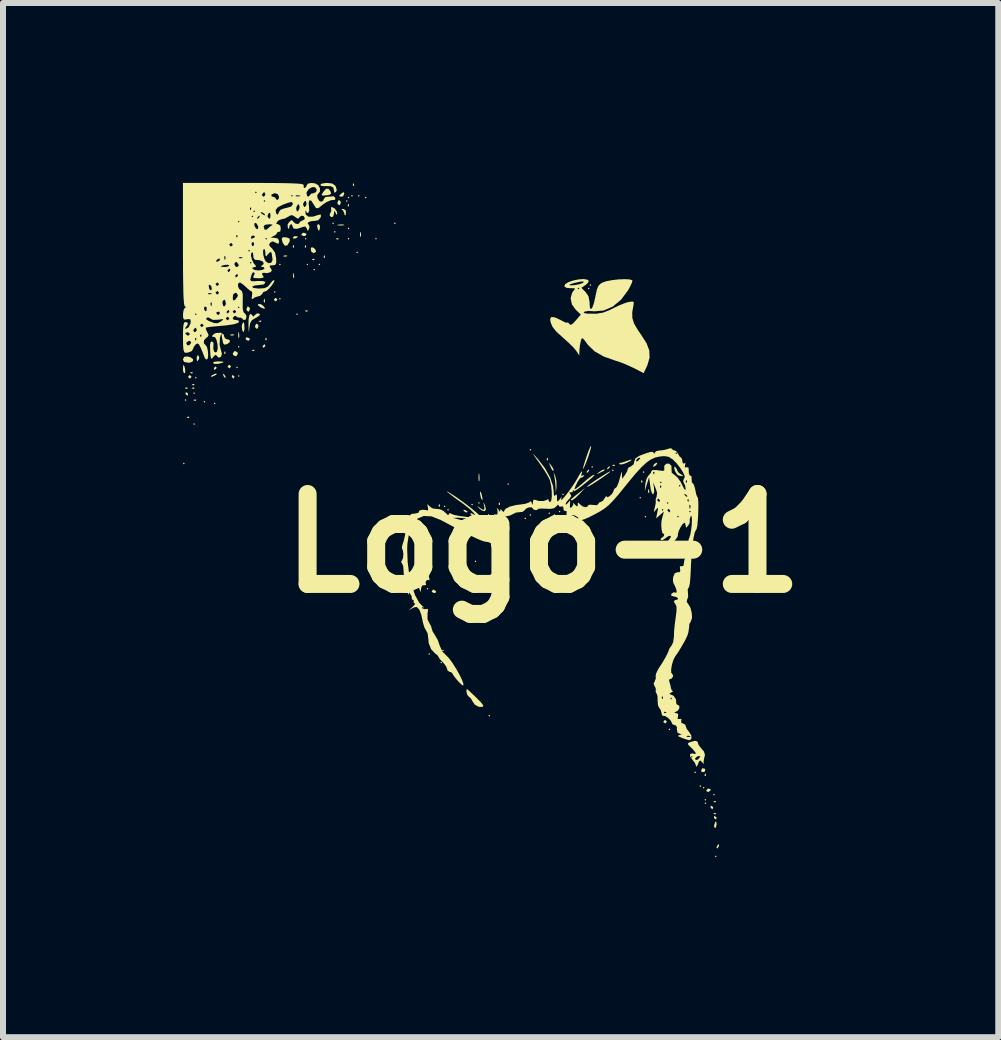
<source format=kicad_pcb>
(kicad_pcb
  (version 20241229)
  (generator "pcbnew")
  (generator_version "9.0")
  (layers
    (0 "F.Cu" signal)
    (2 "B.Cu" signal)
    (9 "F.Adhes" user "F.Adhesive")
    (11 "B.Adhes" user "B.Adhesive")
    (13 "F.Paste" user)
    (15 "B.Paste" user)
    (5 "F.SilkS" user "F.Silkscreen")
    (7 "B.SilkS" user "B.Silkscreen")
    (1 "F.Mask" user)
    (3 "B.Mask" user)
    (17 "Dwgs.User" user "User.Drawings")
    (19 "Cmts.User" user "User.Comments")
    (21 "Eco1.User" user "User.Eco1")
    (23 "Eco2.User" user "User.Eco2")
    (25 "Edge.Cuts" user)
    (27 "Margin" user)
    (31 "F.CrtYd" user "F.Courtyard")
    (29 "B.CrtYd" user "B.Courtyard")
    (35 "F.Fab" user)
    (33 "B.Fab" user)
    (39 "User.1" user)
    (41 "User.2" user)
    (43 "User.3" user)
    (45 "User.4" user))
  (footprint "Logo-1"
    (layer "F.Cu")
    (at 6.007 6.007)
    (property "Reference" "Logo-1" (at 0 0 0) (layer "F.SilkS") (effects (font (size 1.5 1.5) (thickness 0.3))))
    (attr board_only exclude_from_pos_files exclude_from_bom)
    (fp_poly (pts (xy -5.978 -1.33) (xy -5.992 -1.316) (xy -6.007 -1.33) (xy -5.992 -1.344)) (stroke (width 0) (type solid)) (fill yes) (layer "F.SilkS"))
    (fp_poly (pts (xy -5.95 -2.388) (xy -5.964 -2.374) (xy -5.978 -2.388) (xy -5.964 -2.403)) (stroke (width 0) (type solid)) (fill yes) (layer "F.SilkS"))
    (fp_poly (pts (xy -5.807 -2.503) (xy -5.821 -2.489) (xy -5.835 -2.503) (xy -5.821 -2.517)) (stroke (width 0) (type solid)) (fill yes) (layer "F.SilkS"))
    (fp_poly (pts (xy -5.807 -1.988) (xy -5.821 -1.974) (xy -5.835 -1.988) (xy -5.821 -2.002)) (stroke (width 0) (type solid)) (fill yes) (layer "F.SilkS"))
    (fp_poly (pts (xy -5.778 -2.76) (xy -5.792 -2.746) (xy -5.807 -2.76) (xy -5.792 -2.775)) (stroke (width 0) (type solid)) (fill yes) (layer "F.SilkS"))
    (fp_poly (pts (xy -5.635 -2.36) (xy -5.649 -2.345) (xy -5.664 -2.36) (xy -5.649 -2.374)) (stroke (width 0) (type solid)) (fill yes) (layer "F.SilkS"))
    (fp_poly (pts (xy -5.463 -2.331) (xy -5.478 -2.317) (xy -5.492 -2.331) (xy -5.478 -2.345)) (stroke (width 0) (type solid)) (fill yes) (layer "F.SilkS"))
    (fp_poly (pts (xy -5.091 -2.932) (xy -5.106 -2.918) (xy -5.12 -2.932) (xy -5.106 -2.946)) (stroke (width 0) (type solid)) (fill yes) (layer "F.SilkS"))
    (fp_poly (pts (xy -5.063 -3.275) (xy -5.077 -3.261) (xy -5.091 -3.275) (xy -5.077 -3.289)) (stroke (width 0) (type solid)) (fill yes) (layer "F.SilkS"))
    (fp_poly (pts (xy -5.063 -2.789) (xy -5.077 -2.775) (xy -5.091 -2.789) (xy -5.077 -2.803)) (stroke (width 0) (type solid)) (fill yes) (layer "F.SilkS"))
    (fp_poly (pts (xy -4.462 -4.19) (xy -4.476 -4.176) (xy -4.491 -4.19) (xy -4.476 -4.205)) (stroke (width 0) (type solid)) (fill yes) (layer "F.SilkS"))
    (fp_poly (pts (xy -4.376 -4.648) (xy -4.391 -4.634) (xy -4.405 -4.648) (xy -4.391 -4.662)) (stroke (width 0) (type solid)) (fill yes) (layer "F.SilkS"))
    (fp_poly (pts (xy -4.376 -4.076) (xy -4.391 -4.062) (xy -4.405 -4.076) (xy -4.391 -4.09)) (stroke (width 0) (type solid)) (fill yes) (layer "F.SilkS"))
    (fp_poly (pts (xy -4.09 -3.819) (xy -4.105 -3.804) (xy -4.119 -3.819) (xy -4.105 -3.833)) (stroke (width 0) (type solid)) (fill yes) (layer "F.SilkS"))
    (fp_poly (pts (xy -3.947 -5.077) (xy -3.962 -5.063) (xy -3.976 -5.077) (xy -3.962 -5.091)) (stroke (width 0) (type solid)) (fill yes) (layer "F.SilkS"))
    (fp_poly (pts (xy -3.919 -4.648) (xy -3.933 -4.634) (xy -3.947 -4.648) (xy -3.933 -4.662)) (stroke (width 0) (type solid)) (fill yes) (layer "F.SilkS"))
    (fp_poly (pts (xy -3.804 -4.562) (xy -3.819 -4.548) (xy -3.833 -4.562) (xy -3.819 -4.577)) (stroke (width 0) (type solid)) (fill yes) (layer "F.SilkS"))
    (fp_poly (pts (xy -3.718 -4.648) (xy -3.733 -4.634) (xy -3.747 -4.648) (xy -3.733 -4.662)) (stroke (width 0) (type solid)) (fill yes) (layer "F.SilkS"))
    (fp_poly (pts (xy -3.49 -5.335) (xy -3.504 -5.32) (xy -3.518 -5.335) (xy -3.504 -5.349)) (stroke (width 0) (type solid)) (fill yes) (layer "F.SilkS"))
    (fp_poly (pts (xy -3.461 -5.192) (xy -3.475 -5.177) (xy -3.49 -5.192) (xy -3.475 -5.206)) (stroke (width 0) (type solid)) (fill yes) (layer "F.SilkS"))
    (fp_poly (pts (xy -3.261 -5.706) (xy -3.275 -5.692) (xy -3.289 -5.706) (xy -3.275 -5.721)) (stroke (width 0) (type solid)) (fill yes) (layer "F.SilkS"))
    (fp_poly (pts (xy -3.232 -5.764) (xy -3.247 -5.749) (xy -3.261 -5.764) (xy -3.247 -5.778)) (stroke (width 0) (type solid)) (fill yes) (layer "F.SilkS"))
    (fp_poly (pts (xy -3.232 -5.249) (xy -3.247 -5.234) (xy -3.261 -5.249) (xy -3.247 -5.263)) (stroke (width 0) (type solid)) (fill yes) (layer "F.SilkS"))
    (fp_poly (pts (xy -3.232 -5.077) (xy -3.247 -5.063) (xy -3.261 -5.077) (xy -3.247 -5.091)) (stroke (width 0) (type solid)) (fill yes) (layer "F.SilkS"))
    (fp_poly (pts (xy -3.175 -5.792) (xy -3.189 -5.778) (xy -3.204 -5.792) (xy -3.189 -5.807)) (stroke (width 0) (type solid)) (fill yes) (layer "F.SilkS"))
    (fp_poly (pts (xy -3.089 -4.848) (xy -3.103 -4.834) (xy -3.118 -4.848) (xy -3.103 -4.863)) (stroke (width 0) (type solid)) (fill yes) (layer "F.SilkS"))
    (fp_poly (pts (xy -3.061 -5.792) (xy -3.075 -5.778) (xy -3.089 -5.792) (xy -3.075 -5.807)) (stroke (width 0) (type solid)) (fill yes) (layer "F.SilkS"))
    (fp_poly (pts (xy -2.946 -5.764) (xy -2.96 -5.749) (xy -2.975 -5.764) (xy -2.96 -5.778)) (stroke (width 0) (type solid)) (fill yes) (layer "F.SilkS"))
    (fp_poly (pts (xy -2.775 -5.077) (xy -2.789 -5.063) (xy -2.803 -5.077) (xy -2.789 -5.091)) (stroke (width 0) (type solid)) (fill yes) (layer "F.SilkS"))
    (fp_poly (pts (xy -2.46 -5.335) (xy -2.474 -5.32) (xy -2.489 -5.335) (xy -2.474 -5.349)) (stroke (width 0) (type solid)) (fill yes) (layer "F.SilkS"))
    (fp_poly (pts (xy -1.916 0.758) (xy -1.931 0.772) (xy -1.945 0.758) (xy -1.931 0.744)) (stroke (width 0) (type solid)) (fill yes) (layer "F.SilkS"))
    (fp_poly (pts (xy -1.888 1.845) (xy -1.902 1.859) (xy -1.916 1.845) (xy -1.902 1.831)) (stroke (width 0) (type solid)) (fill yes) (layer "F.SilkS"))
    (fp_poly (pts (xy -1.688 1.988) (xy -1.702 2.002) (xy -1.716 1.988) (xy -1.702 1.974)) (stroke (width 0) (type solid)) (fill yes) (layer "F.SilkS"))
    (fp_poly (pts (xy -1.659 1.788) (xy -1.673 1.802) (xy -1.688 1.788) (xy -1.673 1.773)) (stroke (width 0) (type solid)) (fill yes) (layer "F.SilkS"))
    (fp_poly (pts (xy -1.63 -0.615) (xy -1.645 -0.601) (xy -1.659 -0.615) (xy -1.645 -0.629)) (stroke (width 0) (type solid)) (fill yes) (layer "F.SilkS"))
    (fp_poly (pts (xy -1.573 -0.558) (xy -1.588 -0.543) (xy -1.602 -0.558) (xy -1.588 -0.572)) (stroke (width 0) (type solid)) (fill yes) (layer "F.SilkS"))
    (fp_poly (pts (xy -1.173 -0.644) (xy -1.187 -0.629) (xy -1.201 -0.644) (xy -1.187 -0.658)) (stroke (width 0) (type solid)) (fill yes) (layer "F.SilkS"))
    (fp_poly (pts (xy -1.116 0.3) (xy -1.13 0.315) (xy -1.144 0.3) (xy -1.13 0.286)) (stroke (width 0) (type solid)) (fill yes) (layer "F.SilkS"))
    (fp_poly (pts (xy -1.058 -0.672) (xy -1.073 -0.658) (xy -1.087 -0.672) (xy -1.073 -0.686)) (stroke (width 0) (type solid)) (fill yes) (layer "F.SilkS"))
    (fp_poly (pts (xy -0.887 2.875) (xy -0.901 2.889) (xy -0.915 2.875) (xy -0.901 2.86)) (stroke (width 0) (type solid)) (fill yes) (layer "F.SilkS"))
    (fp_poly (pts (xy -0.83 0.443) (xy -0.844 0.458) (xy -0.858 0.443) (xy -0.844 0.429)) (stroke (width 0) (type solid)) (fill yes) (layer "F.SilkS"))
    (fp_poly (pts (xy -0.572 -0.987) (xy -0.586 -0.973) (xy -0.601 -0.987) (xy -0.586 -1.001)) (stroke (width 0) (type solid)) (fill yes) (layer "F.SilkS"))
    (fp_poly (pts (xy -0.286 -0.415) (xy -0.3 -0.4) (xy -0.315 -0.415) (xy -0.3 -0.429)) (stroke (width 0) (type solid)) (fill yes) (layer "F.SilkS"))
    (fp_poly (pts (xy -0.2 -1.559) (xy -0.215 -1.545) (xy -0.229 -1.559) (xy -0.215 -1.573)) (stroke (width 0) (type solid)) (fill yes) (layer "F.SilkS"))
    (fp_poly (pts (xy -0.2 -0.472) (xy -0.215 -0.458) (xy -0.229 -0.472) (xy -0.215 -0.486)) (stroke (width 0) (type solid)) (fill yes) (layer "F.SilkS"))
    (fp_poly (pts (xy 0.114 -0.501) (xy 0.1 -0.486) (xy 0.086 -0.501) (xy 0.1 -0.515)) (stroke (width 0) (type solid)) (fill yes) (layer "F.SilkS"))
    (fp_poly (pts (xy 0.2 -0.472) (xy 0.186 -0.458) (xy 0.172 -0.472) (xy 0.186 -0.486)) (stroke (width 0) (type solid)) (fill yes) (layer "F.SilkS"))
    (fp_poly (pts (xy 0.286 -0.529) (xy 0.272 -0.515) (xy 0.257 -0.529) (xy 0.272 -0.543)) (stroke (width 0) (type solid)) (fill yes) (layer "F.SilkS"))
    (fp_poly (pts (xy 0.343 -0.815) (xy 0.329 -0.801) (xy 0.315 -0.815) (xy 0.329 -0.83)) (stroke (width 0) (type solid)) (fill yes) (layer "F.SilkS"))
    (fp_poly (pts (xy 0.772 -4.248) (xy 0.758 -4.233) (xy 0.744 -4.248) (xy 0.758 -4.262)) (stroke (width 0) (type solid)) (fill yes) (layer "F.SilkS"))
    (fp_poly (pts (xy 0.801 -4.305) (xy 0.787 -4.291) (xy 0.772 -4.305) (xy 0.787 -4.319)) (stroke (width 0) (type solid)) (fill yes) (layer "F.SilkS"))
    (fp_poly (pts (xy 0.83 -1.273) (xy 0.815 -1.259) (xy 0.801 -1.273) (xy 0.815 -1.287)) (stroke (width 0) (type solid)) (fill yes) (layer "F.SilkS"))
    (fp_poly (pts (xy 1.173 -1.216) (xy 1.158 -1.201) (xy 1.144 -1.216) (xy 1.158 -1.23)) (stroke (width 0) (type solid)) (fill yes) (layer "F.SilkS"))
    (fp_poly (pts (xy 1.63 -0.758) (xy 1.616 -0.744) (xy 1.602 -0.758) (xy 1.616 -0.772)) (stroke (width 0) (type solid)) (fill yes) (layer "F.SilkS"))
    (fp_poly (pts (xy 1.688 -1.187) (xy 1.673 -1.173) (xy 1.659 -1.187) (xy 1.673 -1.201)) (stroke (width 0) (type solid)) (fill yes) (layer "F.SilkS"))
    (fp_poly (pts (xy 1.716 -0.443) (xy 1.702 -0.429) (xy 1.688 -0.443) (xy 1.702 -0.458)) (stroke (width 0) (type solid)) (fill yes) (layer "F.SilkS"))
    (fp_poly (pts (xy 2.117 3.103) (xy 2.102 3.118) (xy 2.088 3.103) (xy 2.102 3.089)) (stroke (width 0) (type solid)) (fill yes) (layer "F.SilkS"))
    (fp_poly (pts (xy 2.546 3.819) (xy 2.531 3.833) (xy 2.517 3.819) (xy 2.531 3.804)) (stroke (width 0) (type solid)) (fill yes) (layer "F.SilkS"))
    (fp_poly (pts (xy 2.632 4.047) (xy 2.617 4.062) (xy 2.603 4.047) (xy 2.617 4.033)) (stroke (width 0) (type solid)) (fill yes) (layer "F.SilkS"))
    (fp_poly (pts (xy 2.689 4.076) (xy 2.674 4.09) (xy 2.66 4.076) (xy 2.674 4.062)) (stroke (width 0) (type solid)) (fill yes) (layer "F.SilkS"))
    (fp_poly (pts (xy 2.717 4.276) (xy 2.703 4.291) (xy 2.689 4.276) (xy 2.703 4.262)) (stroke (width 0) (type solid)) (fill yes) (layer "F.SilkS"))
    (fp_poly (pts (xy 2.717 4.333) (xy 2.703 4.348) (xy 2.689 4.333) (xy 2.703 4.319)) (stroke (width 0) (type solid)) (fill yes) (layer "F.SilkS"))
    (fp_poly (pts (xy 2.86 4.19) (xy 2.846 4.205) (xy 2.832 4.19) (xy 2.846 4.176)) (stroke (width 0) (type solid)) (fill yes) (layer "F.SilkS"))
    (fp_poly (pts (xy 2.889 5.22) (xy 2.875 5.234) (xy 2.86 5.22) (xy 2.875 5.206)) (stroke (width 0) (type solid)) (fill yes) (layer "F.SilkS"))
    (fp_poly (pts (xy -5.93 -2.593) (xy -5.934 -2.576) (xy -5.95 -2.574) (xy -5.973 -2.585) (xy -5.969 -2.593) (xy -5.935 -2.597)) (stroke (width 0) (type solid)) (fill yes) (layer "F.SilkS"))
    (fp_poly (pts (xy -5.902 -2.107) (xy -5.906 -2.09) (xy -5.921 -2.088) (xy -5.944 -2.099) (xy -5.94 -2.107) (xy -5.906 -2.111)) (stroke (width 0) (type solid)) (fill yes) (layer "F.SilkS"))
    (fp_poly (pts (xy -5.845 -2.851) (xy -5.849 -2.834) (xy -5.864 -2.832) (xy -5.887 -2.842) (xy -5.883 -2.851) (xy -5.849 -2.854)) (stroke (width 0) (type solid)) (fill yes) (layer "F.SilkS"))
    (fp_poly (pts (xy -5.816 -2.651) (xy -5.82 -2.634) (xy -5.835 -2.632) (xy -5.859 -2.642) (xy -5.854 -2.651) (xy -5.82 -2.654)) (stroke (width 0) (type solid)) (fill yes) (layer "F.SilkS"))
    (fp_poly (pts (xy -5.816 -2.593) (xy -5.82 -2.576) (xy -5.835 -2.574) (xy -5.859 -2.585) (xy -5.854 -2.593) (xy -5.82 -2.597)) (stroke (width 0) (type solid)) (fill yes) (layer "F.SilkS"))
    (fp_poly (pts (xy -5.787 -2.393) (xy -5.791 -2.376) (xy -5.807 -2.374) (xy -5.83 -2.385) (xy -5.826 -2.393) (xy -5.792 -2.397)) (stroke (width 0) (type solid)) (fill yes) (layer "F.SilkS"))
    (fp_poly (pts (xy -5.301 -3.194) (xy -5.298 -3.16) (xy -5.301 -3.156) (xy -5.318 -3.16) (xy -5.32 -3.175) (xy -5.31 -3.199)) (stroke (width 0) (type solid)) (fill yes) (layer "F.SilkS"))
    (fp_poly (pts (xy -5.156 -3.478) (xy -5.165 -3.465) (xy -5.194 -3.463) (xy -5.224 -3.47) (xy -5.211 -3.481) (xy -5.167 -3.484)) (stroke (width 0) (type solid)) (fill yes) (layer "F.SilkS"))
    (fp_poly (pts (xy -4.815 -3.223) (xy -4.819 -3.206) (xy -4.834 -3.204) (xy -4.858 -3.214) (xy -4.853 -3.223) (xy -4.819 -3.226)) (stroke (width 0) (type solid)) (fill yes) (layer "F.SilkS"))
    (fp_poly (pts (xy -4.701 -3.709) (xy -4.704 -3.692) (xy -4.72 -3.69) (xy -4.743 -3.7) (xy -4.739 -3.709) (xy -4.705 -3.712)) (stroke (width 0) (type solid)) (fill yes) (layer "F.SilkS"))
    (fp_poly (pts (xy -4.643 -4.067) (xy -4.639 -4.022) (xy -4.645 -4.012) (xy -4.658 -4.021) (xy -4.66 -4.05) (xy -4.653 -4.08)) (stroke (width 0) (type solid)) (fill yes) (layer "F.SilkS"))
    (fp_poly (pts (xy -4.615 -3.423) (xy -4.611 -3.389) (xy -4.615 -3.385) (xy -4.632 -3.389) (xy -4.634 -3.404) (xy -4.623 -3.427)) (stroke (width 0) (type solid)) (fill yes) (layer "F.SilkS"))
    (fp_poly (pts (xy -4.27 -4.794) (xy -4.278 -4.781) (xy -4.307 -4.779) (xy -4.338 -4.786) (xy -4.325 -4.796) (xy -4.28 -4.8)) (stroke (width 0) (type solid)) (fill yes) (layer "F.SilkS"))
    (fp_poly (pts (xy -4.157 -4.498) (xy -4.153 -4.439) (xy -4.157 -4.426) (xy -4.168 -4.423) (xy -4.172 -4.462) (xy -4.167 -4.503)) (stroke (width 0) (type solid)) (fill yes) (layer "F.SilkS"))
    (fp_poly (pts (xy -4.157 -4.967) (xy -4.154 -4.934) (xy -4.157 -4.929) (xy -4.174 -4.933) (xy -4.176 -4.948) (xy -4.166 -4.972)) (stroke (width 0) (type solid)) (fill yes) (layer "F.SilkS"))
    (fp_poly (pts (xy -3.957 -4.967) (xy -3.953 -4.934) (xy -3.957 -4.929) (xy -3.974 -4.933) (xy -3.976 -4.948) (xy -3.965 -4.972)) (stroke (width 0) (type solid)) (fill yes) (layer "F.SilkS"))
    (fp_poly (pts (xy -3.928 -3.881) (xy -3.932 -3.864) (xy -3.947 -3.861) (xy -3.971 -3.872) (xy -3.966 -3.881) (xy -3.932 -3.884)) (stroke (width 0) (type solid)) (fill yes) (layer "F.SilkS"))
    (fp_poly (pts (xy -3.814 -4.739) (xy -3.818 -4.722) (xy -3.833 -4.72) (xy -3.856 -4.73) (xy -3.852 -4.739) (xy -3.818 -4.742)) (stroke (width 0) (type solid)) (fill yes) (layer "F.SilkS"))
    (fp_poly (pts (xy -3.642 -4.796) (xy -3.639 -4.762) (xy -3.642 -4.758) (xy -3.659 -4.762) (xy -3.661 -4.777) (xy -3.651 -4.8)) (stroke (width 0) (type solid)) (fill yes) (layer "F.SilkS"))
    (fp_poly (pts (xy -3.413 -5.082) (xy -3.417 -5.065) (xy -3.432 -5.063) (xy -3.456 -5.073) (xy -3.452 -5.082) (xy -3.418 -5.085)) (stroke (width 0) (type solid)) (fill yes) (layer "F.SilkS"))
    (fp_poly (pts (xy -3.242 -5.654) (xy -3.238 -5.62) (xy -3.242 -5.616) (xy -3.259 -5.62) (xy -3.261 -5.635) (xy -3.25 -5.658)) (stroke (width 0) (type solid)) (fill yes) (layer "F.SilkS"))
    (fp_poly (pts (xy -3.156 -5.997) (xy -3.153 -5.963) (xy -3.156 -5.959) (xy -3.173 -5.963) (xy -3.175 -5.978) (xy -3.165 -6.002)) (stroke (width 0) (type solid)) (fill yes) (layer "F.SilkS"))
    (fp_poly (pts (xy -3.042 -5.184) (xy -3.038 -5.126) (xy -3.042 -5.113) (xy -3.052 -5.109) (xy -3.056 -5.149) (xy -3.052 -5.189)) (stroke (width 0) (type solid)) (fill yes) (layer "F.SilkS"))
    (fp_poly (pts (xy -2.067 0.326) (xy -2.076 0.339) (xy -2.105 0.341) (xy -2.135 0.334) (xy -2.122 0.324) (xy -2.077 0.32)) (stroke (width 0) (type solid)) (fill yes) (layer "F.SilkS"))
    (fp_poly (pts (xy -1.726 -0.648) (xy -1.722 -0.614) (xy -1.726 -0.61) (xy -1.743 -0.614) (xy -1.745 -0.629) (xy -1.734 -0.653)) (stroke (width 0) (type solid)) (fill yes) (layer "F.SilkS"))
    (fp_poly (pts (xy -0.725 -0.677) (xy -0.721 -0.643) (xy -0.725 -0.639) (xy -0.742 -0.643) (xy -0.744 -0.658) (xy -0.733 -0.681)) (stroke (width 0) (type solid)) (fill yes) (layer "F.SilkS"))
    (fp_poly (pts (xy -0.01 0.01) (xy -0.006 0.043) (xy -0.01 0.048) (xy -0.027 0.044) (xy -0.029 0.029) (xy -0.018 0.005)) (stroke (width 0) (type solid)) (fill yes) (layer "F.SilkS"))
    (fp_poly (pts (xy 0.076 -1.421) (xy 0.08 -1.387) (xy 0.076 -1.383) (xy 0.059 -1.386) (xy 0.057 -1.402) (xy 0.068 -1.425)) (stroke (width 0) (type solid)) (fill yes) (layer "F.SilkS"))
    (fp_poly (pts (xy 1.192 -1.306) (xy 1.188 -1.289) (xy 1.173 -1.287) (xy 1.149 -1.298) (xy 1.154 -1.306) (xy 1.188 -1.31)) (stroke (width 0) (type solid)) (fill yes) (layer "F.SilkS"))
    (fp_poly (pts (xy 1.649 -1.049) (xy 1.653 -1.015) (xy 1.649 -1.011) (xy 1.632 -1.015) (xy 1.63 -1.03) (xy 1.641 -1.053)) (stroke (width 0) (type solid)) (fill yes) (layer "F.SilkS"))
    (fp_poly (pts (xy 1.764 -0.892) (xy 1.768 -0.847) (xy 1.762 -0.837) (xy 1.749 -0.846) (xy 1.747 -0.875) (xy 1.754 -0.905)) (stroke (width 0) (type solid)) (fill yes) (layer "F.SilkS"))
    (fp_poly (pts (xy 2.708 3.842) (xy 2.711 3.876) (xy 2.708 3.881) (xy 2.691 3.877) (xy 2.689 3.861) (xy 2.699 3.838)) (stroke (width 0) (type solid)) (fill yes) (layer "F.SilkS"))
    (fp_poly (pts (xy 2.879 4.3) (xy 2.876 4.317) (xy 2.86 4.319) (xy 2.837 4.309) (xy 2.841 4.3) (xy 2.875 4.297)) (stroke (width 0) (type solid)) (fill yes) (layer "F.SilkS"))
    (fp_poly (pts (xy 2.879 4.5) (xy 2.876 4.517) (xy 2.86 4.519) (xy 2.837 4.509) (xy 2.841 4.5) (xy 2.875 4.497)) (stroke (width 0) (type solid)) (fill yes) (layer "F.SilkS"))
    (fp_poly (pts (xy -5.735 -3.096) (xy -5.739 -3.074) (xy -5.762 -3.035) (xy -5.775 -3.052) (xy -5.778 -3.091) (xy -5.767 -3.131) (xy -5.751 -3.133)) (stroke (width 0) (type solid)) (fill yes) (layer "F.SilkS"))
    (fp_poly (pts (xy -5.32 -2.814) (xy -5.317 -2.811) (xy -5.294 -2.773) (xy -5.297 -2.759) (xy -5.318 -2.768) (xy -5.333 -2.795) (xy -5.341 -2.828)) (stroke (width 0) (type solid)) (fill yes) (layer "F.SilkS"))
    (fp_poly (pts (xy -1.303 -0.554) (xy -1.263 -0.531) (xy -1.269 -0.516) (xy -1.285 -0.515) (xy -1.324 -0.536) (xy -1.33 -0.543) (xy -1.325 -0.559)) (stroke (width 0) (type solid)) (fill yes) (layer "F.SilkS"))
    (fp_poly (pts (xy -1.189 -0.497) (xy -1.148 -0.474) (xy -1.155 -0.459) (xy -1.171 -0.458) (xy -1.21 -0.478) (xy -1.215 -0.486) (xy -1.211 -0.502)) (stroke (width 0) (type solid)) (fill yes) (layer "F.SilkS"))
    (fp_poly (pts (xy 1.901 -1.34) (xy 1.891 -1.316) (xy 1.871 -1.293) (xy 1.838 -1.275) (xy 1.831 -1.284) (xy 1.848 -1.319) (xy 1.882 -1.342)) (stroke (width 0) (type solid)) (fill yes) (layer "F.SilkS"))
    (fp_poly (pts (xy 2.686 3.755) (xy 2.701 3.773) (xy 2.694 3.803) (xy 2.674 3.815) (xy 2.637 3.81) (xy 2.632 3.789) (xy 2.649 3.751)) (stroke (width 0) (type solid)) (fill yes) (layer "F.SilkS"))
    (fp_poly (pts (xy 2.933 5.025) (xy 2.928 5.047) (xy 2.905 5.087) (xy 2.89 5.081) (xy 2.889 5.065) (xy 2.91 5.026) (xy 2.917 5.02)) (stroke (width 0) (type solid)) (fill yes) (layer "F.SilkS"))
    (fp_poly (pts (xy -5.983 -2.95) (xy -5.971 -2.903) (xy -5.969 -2.85) (xy -5.982 -2.832) (xy -6.001 -2.856) (xy -6.007 -2.903) (xy -6.003 -2.957) (xy -5.996 -2.975)) (stroke (width 0) (type solid)) (fill yes) (layer "F.SilkS"))
    (fp_poly (pts (xy -5.922 -2.496) (xy -5.921 -2.489) (xy -5.931 -2.461) (xy -5.934 -2.46) (xy -5.958 -2.48) (xy -5.964 -2.489) (xy -5.962 -2.515) (xy -5.951 -2.517)) (stroke (width 0) (type solid)) (fill yes) (layer "F.SilkS"))
    (fp_poly (pts (xy -5.865 -2.781) (xy -5.864 -2.775) (xy -5.886 -2.747) (xy -5.892 -2.746) (xy -5.92 -2.768) (xy -5.921 -2.775) (xy -5.899 -2.802) (xy -5.892 -2.803)) (stroke (width 0) (type solid)) (fill yes) (layer "F.SilkS"))
    (fp_poly (pts (xy -5.445 -2.929) (xy -5.449 -2.918) (xy -5.475 -2.89) (xy -5.479 -2.889) (xy -5.492 -2.911) (xy -5.492 -2.918) (xy -5.47 -2.945) (xy -5.462 -2.946)) (stroke (width 0) (type solid)) (fill yes) (layer "F.SilkS"))
    (fp_poly (pts (xy -5.444 -2.819) (xy -5.463 -2.803) (xy -5.515 -2.779) (xy -5.535 -2.775) (xy -5.54 -2.787) (xy -5.52 -2.803) (xy -5.468 -2.827) (xy -5.449 -2.831)) (stroke (width 0) (type solid)) (fill yes) (layer "F.SilkS"))
    (fp_poly (pts (xy -5.207 -2.953) (xy -5.206 -2.946) (xy -5.228 -2.918) (xy -5.234 -2.918) (xy -5.262 -2.939) (xy -5.263 -2.946) (xy -5.241 -2.974) (xy -5.234 -2.975)) (stroke (width 0) (type solid)) (fill yes) (layer "F.SilkS"))
    (fp_poly (pts (xy -5.15 -2.782) (xy -5.149 -2.775) (xy -5.158 -2.747) (xy -5.161 -2.746) (xy -5.186 -2.766) (xy -5.192 -2.775) (xy -5.189 -2.801) (xy -5.179 -2.803)) (stroke (width 0) (type solid)) (fill yes) (layer "F.SilkS"))
    (fp_poly (pts (xy -5.096 -3.181) (xy -5.091 -3.161) (xy -5.114 -3.123) (xy -5.134 -3.118) (xy -5.172 -3.141) (xy -5.177 -3.161) (xy -5.154 -3.199) (xy -5.134 -3.204)) (stroke (width 0) (type solid)) (fill yes) (layer "F.SilkS"))
    (fp_poly (pts (xy -5.073 -3.515) (xy -5.072 -3.511) (xy -5.067 -3.448) (xy -5.073 -3.425) (xy -5.082 -3.424) (xy -5.086 -3.469) (xy -5.086 -3.475) (xy -5.082 -3.52)) (stroke (width 0) (type solid)) (fill yes) (layer "F.SilkS"))
    (fp_poly (pts (xy -4.897 -3.417) (xy -4.891 -3.404) (xy -4.912 -3.376) (xy -4.918 -3.375) (xy -4.957 -3.396) (xy -4.963 -3.404) (xy -4.956 -3.428) (xy -4.936 -3.432)) (stroke (width 0) (type solid)) (fill yes) (layer "F.SilkS"))
    (fp_poly (pts (xy -4.894 -3.924) (xy -4.891 -3.904) (xy -4.907 -3.866) (xy -4.92 -3.861) (xy -4.945 -3.885) (xy -4.948 -3.904) (xy -4.933 -3.942) (xy -4.92 -3.947)) (stroke (width 0) (type solid)) (fill yes) (layer "F.SilkS"))
    (fp_poly (pts (xy -4.751 -3.638) (xy -4.748 -3.618) (xy -4.764 -3.58) (xy -4.777 -3.575) (xy -4.802 -3.599) (xy -4.805 -3.618) (xy -4.79 -3.656) (xy -4.777 -3.661)) (stroke (width 0) (type solid)) (fill yes) (layer "F.SilkS"))
    (fp_poly (pts (xy -4.708 -3.986) (xy -4.673 -3.962) (xy -4.639 -3.919) (xy -4.651 -3.908) (xy -4.708 -3.931) (xy -4.715 -3.935) (xy -4.756 -3.967) (xy -4.751 -3.989)) (stroke (width 0) (type solid)) (fill yes) (layer "F.SilkS"))
    (fp_poly (pts (xy -4.634 -3.296) (xy -4.634 -3.289) (xy -4.656 -3.262) (xy -4.664 -3.261) (xy -4.681 -3.278) (xy -4.677 -3.289) (xy -4.651 -3.317) (xy -4.646 -3.318)) (stroke (width 0) (type solid)) (fill yes) (layer "F.SilkS"))
    (fp_poly (pts (xy -4.434 -4.069) (xy -4.434 -4.062) (xy -4.455 -4.034) (xy -4.462 -4.033) (xy -4.49 -4.055) (xy -4.491 -4.062) (xy -4.469 -4.089) (xy -4.462 -4.09)) (stroke (width 0) (type solid)) (fill yes) (layer "F.SilkS"))
    (fp_poly (pts (xy -4.095 -5.114) (xy -4.09 -5.109) (xy -4.113 -5.09) (xy -4.133 -5.081) (xy -4.17 -5.081) (xy -4.176 -5.092) (xy -4.153 -5.117) (xy -4.133 -5.12)) (stroke (width 0) (type solid)) (fill yes) (layer "F.SilkS"))
    (fp_poly (pts (xy -3.952 -5.162) (xy -3.947 -5.149) (xy -3.97 -5.123) (xy -3.99 -5.12) (xy -4.028 -5.135) (xy -4.033 -5.149) (xy -4.01 -5.174) (xy -3.99 -5.177)) (stroke (width 0) (type solid)) (fill yes) (layer "F.SilkS"))
    (fp_poly (pts (xy -3.722 -5.284) (xy -3.726 -5.244) (xy -3.738 -5.207) (xy -3.752 -5.224) (xy -3.76 -5.243) (xy -3.771 -5.293) (xy -3.765 -5.312) (xy -3.737 -5.318)) (stroke (width 0) (type solid)) (fill yes) (layer "F.SilkS"))
    (fp_poly (pts (xy -3.378 -5.698) (xy -3.375 -5.678) (xy -3.391 -5.64) (xy -3.404 -5.635) (xy -3.429 -5.658) (xy -3.432 -5.678) (xy -3.417 -5.716) (xy -3.404 -5.721)) (stroke (width 0) (type solid)) (fill yes) (layer "F.SilkS"))
    (fp_poly (pts (xy -3.325 -5.311) (xy -3.316 -5.303) (xy -3.356 -5.299) (xy -3.375 -5.298) (xy -3.427 -5.301) (xy -3.433 -5.309) (xy -3.425 -5.311) (xy -3.353 -5.316)) (stroke (width 0) (type solid)) (fill yes) (layer "F.SilkS"))
    (fp_poly (pts (xy -1.794 0.793) (xy -1.788 0.801) (xy -1.794 0.825) (xy -1.815 0.83) (xy -1.854 0.815) (xy -1.859 0.801) (xy -1.839 0.773) (xy -1.832 0.772)) (stroke (width 0) (type solid)) (fill yes) (layer "F.SilkS"))
    (fp_poly (pts (xy -1.067 -1.151) (xy -1.062 -1.076) (xy -1.067 -1.037) (xy -1.075 -1.03) (xy -1.079 -1.071) (xy -1.08 -1.101) (xy -1.077 -1.157) (xy -1.07 -1.165)) (stroke (width 0) (type solid)) (fill yes) (layer "F.SilkS"))
    (fp_poly (pts (xy 0.128 -1.303) (xy 0.162 -1.252) (xy 0.172 -1.224) (xy 0.164 -1.202) (xy 0.141 -1.233) (xy 0.119 -1.28) (xy 0.098 -1.331) (xy 0.102 -1.335)) (stroke (width 0) (type solid)) (fill yes) (layer "F.SilkS"))
    (fp_poly (pts (xy 0.516 -0.435) (xy 0.525 -0.415) (xy 0.526 -0.378) (xy 0.514 -0.372) (xy 0.489 -0.395) (xy 0.486 -0.415) (xy 0.492 -0.453) (xy 0.498 -0.458)) (stroke (width 0) (type solid)) (fill yes) (layer "F.SilkS"))
    (fp_poly (pts (xy 0.763 -1.211) (xy 0.758 -1.201) (xy 0.731 -1.174) (xy 0.726 -1.173) (xy 0.724 -1.191) (xy 0.729 -1.201) (xy 0.756 -1.229) (xy 0.761 -1.23)) (stroke (width 0) (type solid)) (fill yes) (layer "F.SilkS"))
    (fp_poly (pts (xy 1.029 -1.224) (xy 1.003 -1.205) (xy 0.944 -1.175) (xy 0.896 -1.154) (xy 0.897 -1.16) (xy 0.928 -1.185) (xy 0.981 -1.22) (xy 1.011 -1.23)) (stroke (width 0) (type solid)) (fill yes) (layer "F.SilkS"))
    (fp_poly (pts (xy 1.107 -1.269) (xy 1.101 -1.259) (xy 1.074 -1.231) (xy 1.069 -1.23) (xy 1.067 -1.248) (xy 1.073 -1.259) (xy 1.1 -1.286) (xy 1.105 -1.287)) (stroke (width 0) (type solid)) (fill yes) (layer "F.SilkS"))
    (fp_poly (pts (xy 2.059 2.968) (xy 2.059 2.975) (xy 2.038 3.003) (xy 2.031 3.003) (xy 2.003 2.982) (xy 2.002 2.975) (xy 2.024 2.947) (xy 2.031 2.946)) (stroke (width 0) (type solid)) (fill yes) (layer "F.SilkS"))
    (fp_poly (pts (xy 2.792 4.104) (xy 2.789 4.119) (xy 2.752 4.146) (xy 2.744 4.148) (xy 2.718 4.126) (xy 2.717 4.119) (xy 2.741 4.094) (xy 2.762 4.09)) (stroke (width 0) (type solid)) (fill yes) (layer "F.SilkS"))
    (fp_poly (pts (xy 2.831 4.397) (xy 2.832 4.405) (xy 2.822 4.433) (xy 2.819 4.434) (xy 2.795 4.414) (xy 2.789 4.405) (xy 2.791 4.379) (xy 2.801 4.376)) (stroke (width 0) (type solid)) (fill yes) (layer "F.SilkS"))
    (fp_poly (pts (xy 2.887 4.658) (xy 2.889 4.691) (xy 2.878 4.737) (xy 2.863 4.748) (xy 2.848 4.725) (xy 2.852 4.691) (xy 2.869 4.645) (xy 2.878 4.634)) (stroke (width 0) (type solid)) (fill yes) (layer "F.SilkS"))
    (fp_poly (pts (xy 2.888 4.569) (xy 2.889 4.577) (xy 2.879 4.604) (xy 2.876 4.605) (xy 2.852 4.585) (xy 2.846 4.577) (xy 2.848 4.55) (xy 2.859 4.548)) (stroke (width 0) (type solid)) (fill yes) (layer "F.SilkS"))
    (fp_poly (pts (xy -5.344 -3.029) (xy -5.328 -3.02) (xy -5.369 -3.004) (xy -5.411 -2.993) (xy -5.473 -2.989) (xy -5.506 -3.003) (xy -5.494 -3.023) (xy -5.435 -3.032) (xy -5.417 -3.032)) (stroke (width 0) (type solid)) (fill yes) (layer "F.SilkS"))
    (fp_poly (pts (xy -3.803 -4.903) (xy -3.789 -4.868) (xy -3.792 -4.859) (xy -3.829 -4.835) (xy -3.865 -4.861) (xy -3.871 -4.874) (xy -3.875 -4.92) (xy -3.869 -4.931) (xy -3.838 -4.932)) (stroke (width 0) (type solid)) (fill yes) (layer "F.SilkS"))
    (fp_poly (pts (xy -3.318 -5.829) (xy -3.318 -5.824) (xy -3.339 -5.784) (xy -3.361 -5.778) (xy -3.399 -5.784) (xy -3.404 -5.789) (xy -3.385 -5.813) (xy -3.361 -5.835) (xy -3.327 -5.855)) (stroke (width 0) (type solid)) (fill yes) (layer "F.SilkS"))
    (fp_poly (pts (xy -1.031 -0.826) (xy -1.028 -0.817) (xy -1.014 -0.754) (xy -1.014 -0.722) (xy -1.027 -0.73) (xy -1.04 -0.759) (xy -1.055 -0.829) (xy -1.056 -0.853) (xy -1.048 -0.863)) (stroke (width 0) (type solid)) (fill yes) (layer "F.SilkS"))
    (fp_poly (pts (xy 0.201 -1.117) (xy 0.219 -1.038) (xy 0.221 -0.947) (xy 0.221 -0.945) (xy 0.21 -0.844) (xy 0.205 -0.944) (xy 0.197 -1.036) (xy 0.185 -1.116) (xy 0.17 -1.187)) (stroke (width 0) (type solid)) (fill yes) (layer "F.SilkS"))
    (fp_poly (pts (xy 0.602 -0.82) (xy 0.53 -0.75) (xy 0.48 -0.716) (xy 0.458 -0.72) (xy 0.458 -0.725) (xy 0.478 -0.746) (xy 0.531 -0.791) (xy 0.579 -0.829) (xy 0.701 -0.925)) (stroke (width 0) (type solid)) (fill yes) (layer "F.SilkS"))
    (fp_poly (pts (xy -5.88 -3.1) (xy -5.837 -3.068) (xy -5.842 -3.033) (xy -5.889 -3.012) (xy -5.921 -3.01) (xy -5.985 -3.022) (xy -6.007 -3.058) (xy -6.007 -3.065) (xy -5.986 -3.109) (xy -5.927 -3.114)) (stroke (width 0) (type solid)) (fill yes) (layer "F.SilkS"))
    (fp_poly (pts (xy -4.989 -3.671) (xy -4.985 -3.654) (xy -4.981 -3.581) (xy -4.985 -3.554) (xy -4.996 -3.519) (xy -5.011 -3.537) (xy -5.019 -3.554) (xy -5.027 -3.622) (xy -5.019 -3.654) (xy -5 -3.689)) (stroke (width 0) (type solid)) (fill yes) (layer "F.SilkS"))
    (fp_poly (pts (xy -4.279 -5.099) (xy -4.229 -5.08) (xy -4.226 -5.041) (xy -4.231 -5.026) (xy -4.267 -4.967) (xy -4.308 -4.96) (xy -4.343 -5.008) (xy -4.344 -5.01) (xy -4.361 -5.076) (xy -4.34 -5.103)) (stroke (width 0) (type solid)) (fill yes) (layer "F.SilkS"))
    (fp_poly (pts (xy -3.548 -5.867) (xy -3.536 -5.829) (xy -3.56 -5.811) (xy -3.616 -5.801) (xy -3.679 -5.796) (xy -3.695 -5.808) (xy -3.674 -5.847) (xy -3.669 -5.856) (xy -3.621 -5.911) (xy -3.582 -5.911)) (stroke (width 0) (type solid)) (fill yes) (layer "F.SilkS"))
    (fp_poly (pts (xy -3.297 -5.555) (xy -3.289 -5.52) (xy -3.295 -5.474) (xy -3.304 -5.463) (xy -3.317 -5.486) (xy -3.318 -5.504) (xy -3.34 -5.55) (xy -3.354 -5.559) (xy -3.364 -5.571) (xy -3.339 -5.575)) (stroke (width 0) (type solid)) (fill yes) (layer "F.SilkS"))
    (fp_poly (pts (xy 1.474 -1.391) (xy 1.446 -1.369) (xy 1.386 -1.339) (xy 1.318 -1.316) (xy 1.275 -1.316) (xy 1.27 -1.32) (xy 1.271 -1.341) (xy 1.278 -1.34) (xy 1.319 -1.347) (xy 1.384 -1.369) (xy 1.384 -1.369) (xy 1.453 -1.393)) (stroke (width 0) (type solid)) (fill yes) (layer "F.SilkS"))
    (fp_poly (pts (xy 2.199 -1.275) (xy 2.229 -1.231) (xy 2.231 -1.218) (xy 2.254 -1.179) (xy 2.295 -1.15) (xy 2.331 -1.127) (xy 2.317 -1.118) (xy 2.257 -1.13) (xy 2.242 -1.137) (xy 2.214 -1.171) (xy 2.191 -1.218) (xy 2.182 -1.26) (xy 2.19 -1.278)) (stroke (width 0) (type solid)) (fill yes) (layer "F.SilkS"))
    (fp_poly (pts (xy -0.972 -0.632) (xy -0.956 -0.563) (xy -0.978 -0.534) (xy -1.027 -0.549) (xy -1.063 -0.577) (xy -1.097 -0.612) (xy -1.095 -0.617) (xy -1.088 -0.612) (xy -1.02 -0.566) (xy -0.987 -0.557) (xy -0.981 -0.584) (xy -0.986 -0.62) (xy -0.996 -0.673) (xy -0.991 -0.674)) (stroke (width 0) (type solid)) (fill yes) (layer "F.SilkS"))
    (fp_poly (pts (xy 0.799 -1.616) (xy 0.79 -1.573) (xy 0.77 -1.503) (xy 0.742 -1.421) (xy 0.712 -1.341) (xy 0.685 -1.277) (xy 0.667 -1.242) (xy 0.661 -1.244) (xy 0.67 -1.284) (xy 0.693 -1.361) (xy 0.726 -1.461) (xy 0.73 -1.473) (xy 0.762 -1.56) (xy 0.787 -1.613) (xy 0.798 -1.622)) (stroke (width 0) (type solid)) (fill yes) (layer "F.SilkS"))
    (fp_poly (pts (xy -3.52 -5.998) (xy -3.471 -5.965) (xy -3.459 -5.946) (xy -3.442 -5.887) (xy -3.458 -5.855) (xy -3.483 -5.845) (xy -3.49 -5.887) (xy -3.501 -5.932) (xy -3.544 -5.953) (xy -3.629 -5.955) (xy -3.654 -5.953) (xy -3.704 -5.96) (xy -3.718 -5.977) (xy -3.693 -5.996) (xy -3.63 -6.006) (xy -3.605 -6.007)) (stroke (width 0) (type solid)) (fill yes) (layer "F.SilkS"))
    (fp_poly (pts (xy 1.116 -1.193) (xy 1.093 -1.173) (xy 1.034 -1.13) (xy 0.949 -1.071) (xy 0.912 -1.046) (xy 0.824 -0.989) (xy 0.759 -0.951) (xy 0.729 -0.938) (xy 0.728 -0.942) (xy 0.761 -0.973) (xy 0.828 -1.022) (xy 0.896 -1.067) (xy 0.999 -1.133) (xy 1.064 -1.173) (xy 1.099 -1.193) (xy 1.113 -1.198)) (stroke (width 0) (type solid)) (fill yes) (layer "F.SilkS"))
    (fp_poly (pts (xy -3.478 -5.583) (xy -3.441 -5.53) (xy -3.434 -5.493) (xy -3.442 -5.473) (xy -3.461 -5.506) (xy -3.48 -5.545) (xy -3.486 -5.53) (xy -3.488 -5.499) (xy -3.503 -5.446) (xy -3.535 -5.437) (xy -3.56 -5.461) (xy -3.557 -5.498) (xy -3.549 -5.505) (xy -3.533 -5.543) (xy -3.537 -5.564) (xy -3.538 -5.601) (xy -3.527 -5.606)) (stroke (width 0) (type solid)) (fill yes) (layer "F.SilkS"))
    (fp_poly (pts (xy -1.249 2.449) (xy -1.197 2.497) (xy -1.125 2.565) (xy -1.118 2.572) (xy -1.038 2.653) (xy -1.001 2.702) (xy -1.007 2.726) (xy -1.054 2.728) (xy -1.081 2.724) (xy -1.143 2.689) (xy -1.174 2.643) (xy -1.209 2.584) (xy -1.242 2.557) (xy -1.265 2.529) (xy -1.28 2.481) (xy -1.28 2.441) (xy -1.27 2.431)) (stroke (width 0) (type solid)) (fill yes) (layer "F.SilkS"))
    (fp_poly (pts (xy -0.887 -0.464) (xy -0.887 -0.458) (xy -0.863 -0.432) (xy -0.837 -0.427) (xy -0.81 -0.419) (xy -0.821 -0.411) (xy -0.843 -0.377) (xy -0.839 -0.356) (xy -0.833 -0.32) (xy -0.839 -0.315) (xy -0.859 -0.338) (xy -0.873 -0.372) (xy -0.896 -0.413) (xy -0.913 -0.416) (xy -0.932 -0.426) (xy -0.934 -0.445) (xy -0.921 -0.482) (xy -0.911 -0.486)) (stroke (width 0) (type solid)) (fill yes) (layer "F.SilkS"))
    (fp_poly (pts (xy -4.722 -3.822) (xy -4.733 -3.796) (xy -4.786 -3.761) (xy -4.804 -3.752) (xy -4.86 -3.717) (xy -4.888 -3.665) (xy -4.899 -3.595) (xy -4.905 -3.536) (xy -4.909 -3.527) (xy -4.912 -3.57) (xy -4.915 -3.638) (xy -4.912 -3.738) (xy -4.899 -3.803) (xy -4.878 -3.827) (xy -4.853 -3.802) (xy -4.851 -3.797) (xy -4.832 -3.776) (xy -4.817 -3.797) (xy -4.777 -3.83) (xy -4.76 -3.833)) (stroke (width 0) (type solid)) (fill yes) (layer "F.SilkS"))
    (fp_poly (pts (xy -2.122 0.408) (xy -2.084 0.425) (xy -2.018 0.452) (xy -2.009 0.455) (xy -1.947 0.486) (xy -1.917 0.512) (xy -1.916 0.515) (xy -1.907 0.56) (xy -1.899 0.584) (xy -1.897 0.616) (xy -1.931 0.611) (xy -1.965 0.606) (xy -1.965 0.639) (xy -1.961 0.653) (xy -1.954 0.697) (xy -1.98 0.7) (xy -1.984 0.698) (xy -2.021 0.706) (xy -2.036 0.749) (xy -2.046 0.815) (xy -2.071 0.744) (xy -2.093 0.679) (xy -2.103 0.644) (xy -2.115 0.603) (xy -2.116 0.601) (xy -2.126 0.554) (xy -2.131 0.491) (xy -2.131 0.435) (xy -2.124 0.408)) (stroke (width 0) (type solid)) (fill yes) (layer "F.SilkS"))
    (fp_poly (pts (xy -5.326 -3.477) (xy -5.32 -3.445) (xy -5.297 -3.408) (xy -5.279 -3.404) (xy -5.229 -3.388) (xy -5.225 -3.354) (xy -5.268 -3.322) (xy -5.268 -3.321) (xy -5.313 -3.311) (xy -5.336 -3.332) (xy -5.35 -3.398) (xy -5.351 -3.4) (xy -5.367 -3.504) (xy -5.391 -3.421) (xy -5.396 -3.308) (xy -5.379 -3.239) (xy -5.358 -3.162) (xy -5.368 -3.117) (xy -5.376 -3.108) (xy -5.411 -3.093) (xy -5.435 -3.118) (xy -5.46 -3.143) (xy -5.488 -3.122) (xy -5.502 -3.104) (xy -5.526 -3.077) (xy -5.539 -3.084) (xy -5.548 -3.132) (xy -5.553 -3.207) (xy -5.556 -3.304) (xy -5.546 -3.353) (xy -5.525 -3.366) (xy -5.498 -3.343) (xy -5.499 -3.301) (xy -5.501 -3.236) (xy -5.484 -3.191) (xy -5.458 -3.181) (xy -5.439 -3.198) (xy -5.427 -3.248) (xy -5.431 -3.317) (xy -5.446 -3.386) (xy -5.469 -3.432) (xy -5.487 -3.44) (xy -5.52 -3.443) (xy -5.516 -3.466) (xy -5.484 -3.493) (xy -5.451 -3.506) (xy -5.37 -3.51)) (stroke (width 0) (type solid)) (fill yes) (layer "F.SilkS"))
    (fp_poly (pts (xy 2.57 3.304) (xy 2.574 3.319) (xy 2.591 3.364) (xy 2.645 3.434) (xy 2.678 3.47) (xy 2.696 3.528) (xy 2.685 3.571) (xy 2.672 3.635) (xy 2.676 3.671) (xy 2.675 3.678) (xy 2.651 3.653) (xy 2.62 3.621) (xy 2.599 3.633) (xy 2.579 3.681) (xy 2.559 3.724) (xy 2.548 3.717) (xy 2.548 3.712) (xy 2.526 3.658) (xy 2.485 3.607) (xy 2.479 3.598) (xy 2.529 3.598) (xy 2.531 3.604) (xy 2.563 3.613) (xy 2.587 3.597) (xy 2.615 3.562) (xy 2.616 3.55) (xy 2.583 3.547) (xy 2.545 3.569) (xy 2.529 3.598) (xy 2.479 3.598) (xy 2.452 3.561) (xy 2.46 3.561) (xy 2.474 3.575) (xy 2.489 3.561) (xy 2.474 3.547) (xy 2.46 3.561) (xy 2.452 3.561) (xy 2.448 3.555) (xy 2.448 3.515) (xy 2.482 3.502) (xy 2.504 3.508) (xy 2.541 3.513) (xy 2.537 3.487) (xy 2.493 3.434) (xy 2.468 3.41) (xy 2.419 3.362) (xy 2.41 3.336) (xy 2.437 3.319) (xy 2.446 3.315) (xy 2.528 3.293)) (stroke (width 0) (type solid)) (fill yes) (layer "F.SilkS"))
    (fp_poly (pts (xy 0.737 -4.394) (xy 0.757 -4.378) (xy 0.748 -4.345) (xy 0.704 -4.305) (xy 0.635 -4.259) (xy 0.704 -4.19) (xy 0.754 -4.117) (xy 0.772 -4.02) (xy 0.772 -4) (xy 0.778 -3.926) (xy 0.794 -3.903) (xy 0.816 -3.927) (xy 0.842 -3.995) (xy 0.867 -4.103) (xy 0.871 -4.125) (xy 0.893 -4.227) (xy 0.918 -4.289) (xy 0.954 -4.327) (xy 0.988 -4.347) (xy 1.057 -4.37) (xy 1.151 -4.387) (xy 1.256 -4.399) (xy 1.356 -4.403) (xy 1.436 -4.399) (xy 1.482 -4.386) (xy 1.487 -4.377) (xy 1.474 -4.335) (xy 1.439 -4.263) (xy 1.414 -4.218) (xy 1.297 -4.061) (xy 1.16 -3.947) (xy 1.009 -3.881) (xy 0.852 -3.867) (xy 0.83 -3.869) (xy 0.749 -3.873) (xy 0.689 -3.862) (xy 0.683 -3.859) (xy 0.674 -3.841) (xy 0.718 -3.83) (xy 0.744 -3.828) (xy 0.886 -3.827) (xy 1 -3.846) (xy 1.114 -3.891) (xy 1.168 -3.919) (xy 1.27 -3.968) (xy 1.368 -4.007) (xy 1.421 -4.022) (xy 1.486 -4.031) (xy 1.509 -4.018) (xy 1.505 -3.975) (xy 1.504 -3.972) (xy 1.483 -3.851) (xy 1.485 -3.754) (xy 1.514 -3.663) (xy 1.574 -3.559) (xy 1.63 -3.478) (xy 1.722 -3.335) (xy 1.768 -3.212) (xy 1.772 -3.094) (xy 1.736 -2.97) (xy 1.723 -2.941) (xy 1.673 -2.836) (xy 1.516 -2.918) (xy 1.397 -2.973) (xy 1.268 -3.024) (xy 1.201 -3.045) (xy 1.006 -3.114) (xy 0.858 -3.198) (xy 0.749 -3.302) (xy 0.73 -3.327) (xy 0.68 -3.395) (xy 0.653 -3.42) (xy 0.637 -3.409) (xy 0.626 -3.374) (xy 0.61 -3.291) (xy 0.603 -3.218) (xy 0.6 -3.132) (xy 0.55 -3.207) (xy 0.505 -3.262) (xy 0.429 -3.337) (xy 0.339 -3.419) (xy 0.325 -3.431) (xy 0.217 -3.529) (xy 0.152 -3.611) (xy 0.121 -3.687) (xy 0.115 -3.74) (xy 0.135 -3.772) (xy 0.193 -3.766) (xy 0.285 -3.724) (xy 0.299 -3.716) (xy 0.361 -3.684) (xy 0.397 -3.676) (xy 0.401 -3.68) (xy 0.414 -3.681) (xy 0.43 -3.661) (xy 0.454 -3.641) (xy 0.487 -3.656) (xy 0.539 -3.711) (xy 0.543 -3.716) (xy 0.626 -3.813) (xy 0.542 -3.892) (xy 0.478 -3.981) (xy 0.456 -4.082) (xy 0.48 -4.175) (xy 0.503 -4.207) (xy 0.528 -4.24) (xy 0.519 -4.248) (xy 0.572 -4.248) (xy 0.586 -4.233) (xy 0.601 -4.248) (xy 0.586 -4.262) (xy 0.572 -4.248) (xy 0.519 -4.248) (xy 0.514 -4.253) (xy 0.456 -4.252) (xy 0.387 -4.259) (xy 0.351 -4.283) (xy 0.351 -4.284) (xy 0.359 -4.304) (xy 0.433 -4.304) (xy 0.463 -4.299) (xy 0.511 -4.302) (xy 0.595 -4.317) (xy 0.656 -4.338) (xy 0.668 -4.346) (xy 0.674 -4.364) (xy 0.633 -4.364) (xy 0.6 -4.358) (xy 0.507 -4.337) (xy 0.449 -4.318) (xy 0.433 -4.304) (xy 0.359 -4.304) (xy 0.364 -4.319) (xy 0.419 -4.353) (xy 0.5 -4.381) (xy 0.59 -4.399) (xy 0.674 -4.405)) (stroke (width 0) (type solid)) (fill yes) (layer "F.SilkS"))
    (fp_poly (pts (xy -4.722 -6.007) (xy -4.504 -6.006) (xy -4.333 -6.004) (xy -4.204 -6.001) (xy -4.11 -5.997) (xy -4.048 -5.992) (xy -4.011 -5.984) (xy -3.995 -5.975) (xy -3.994 -5.964) (xy -3.993 -5.927) (xy -3.979 -5.921) (xy -3.951 -5.944) (xy -3.947 -5.964) (xy -3.924 -5.995) (xy -3.868 -6.007) (xy -3.804 -6) (xy -3.753 -5.972) (xy -3.723 -5.918) (xy -3.723 -5.862) (xy -3.751 -5.829) (xy -3.77 -5.799) (xy -3.761 -5.75) (xy -3.733 -5.707) (xy -3.702 -5.692) (xy -3.666 -5.715) (xy -3.661 -5.735) (xy -3.636 -5.77) (xy -3.59 -5.778) (xy -3.528 -5.781) (xy -3.499 -5.785) (xy -3.475 -5.77) (xy -3.468 -5.756) (xy -3.47 -5.726) (xy -3.48 -5.725) (xy -3.539 -5.72) (xy -3.616 -5.687) (xy -3.685 -5.639) (xy -3.693 -5.632) (xy -3.75 -5.586) (xy -3.79 -5.59) (xy -3.826 -5.645) (xy -3.828 -5.649) (xy -3.867 -5.711) (xy -3.899 -5.718) (xy -3.912 -5.674) (xy -3.907 -5.623) (xy -3.902 -5.549) (xy -3.917 -5.508) (xy -3.918 -5.507) (xy -3.945 -5.511) (xy -3.947 -5.524) (xy -3.956 -5.547) (xy -3.962 -5.544) (xy -3.966 -5.508) (xy -3.958 -5.479) (xy -3.917 -5.445) (xy -3.84 -5.445) (xy -3.742 -5.476) (xy -3.708 -5.481) (xy -3.707 -5.446) (xy -3.71 -5.437) (xy -3.748 -5.387) (xy -3.791 -5.377) (xy -3.869 -5.37) (xy -3.918 -5.352) (xy -3.928 -5.329) (xy -3.917 -5.319) (xy -3.896 -5.277) (xy -3.905 -5.244) (xy -3.924 -5.207) (xy -3.935 -5.223) (xy -3.94 -5.244) (xy -3.966 -5.281) (xy -4 -5.276) (xy -4.099 -5.243) (xy -4.159 -5.245) (xy -4.176 -5.274) (xy -4.191 -5.314) (xy -4.205 -5.32) (xy -4.229 -5.297) (xy -4.234 -5.27) (xy -4.239 -5.238) (xy -4.259 -5.259) (xy -4.262 -5.314) (xy -4.238 -5.352) (xy -4.201 -5.387) (xy -4.177 -5.377) (xy -4.169 -5.363) (xy -4.132 -5.33) (xy -4.088 -5.321) (xy -4.063 -5.342) (xy -4.062 -5.349) (xy -4.039 -5.374) (xy -4.019 -5.377) (xy -3.981 -5.4) (xy -3.976 -5.42) (xy -3.996 -5.456) (xy -4.036 -5.46) (xy -4.069 -5.43) (xy -4.069 -5.428) (xy -4.091 -5.41) (xy -4.134 -5.438) (xy -4.136 -5.44) (xy -4.184 -5.471) (xy -4.226 -5.461) (xy -4.246 -5.447) (xy -4.31 -5.414) (xy -4.35 -5.406) (xy -4.408 -5.386) (xy -4.434 -5.363) (xy -4.454 -5.329) (xy -4.427 -5.32) (xy -4.423 -5.32) (xy -4.385 -5.296) (xy -4.376 -5.247) (xy -4.385 -5.198) (xy -4.405 -5.192) (xy -4.431 -5.189) (xy -4.434 -5.178) (xy -4.457 -5.145) (xy -4.498 -5.121) (xy -4.54 -5.102) (xy -4.53 -5.095) (xy -4.484 -5.093) (xy -4.424 -5.08) (xy -4.405 -5.04) (xy -4.405 -5.034) (xy -4.411 -4.995) (xy -4.441 -5) (xy -4.461 -5.012) (xy -4.514 -5.033) (xy -4.554 -5.011) (xy -4.554 -5.01) (xy -4.572 -4.976) (xy -4.548 -4.939) (xy -4.525 -4.919) (xy -4.472 -4.846) (xy -4.453 -4.75) (xy -4.452 -4.675) (xy -4.467 -4.642) (xy -4.506 -4.634) (xy -4.515 -4.634) (xy -4.562 -4.629) (xy -4.559 -4.606) (xy -4.546 -4.589) (xy -4.524 -4.548) (xy -4.547 -4.52) (xy -4.55 -4.518) (xy -4.611 -4.503) (xy -4.641 -4.508) (xy -4.684 -4.507) (xy -4.686 -4.476) (xy -4.663 -4.446) (xy -4.667 -4.427) (xy -4.725 -4.418) (xy -4.747 -4.418) (xy -4.817 -4.422) (xy -4.838 -4.436) (xy -4.828 -4.455) (xy -4.811 -4.496) (xy -4.816 -4.511) (xy -4.84 -4.519) (xy -4.861 -4.483) (xy -4.876 -4.433) (xy -4.884 -4.39) (xy -4.868 -4.37) (xy -4.818 -4.368) (xy -4.764 -4.372) (xy -4.678 -4.373) (xy -4.639 -4.359) (xy -4.634 -4.343) (xy -4.66 -4.315) (xy -4.738 -4.305) (xy -4.809 -4.298) (xy -4.85 -4.28) (xy -4.853 -4.275) (xy -4.834 -4.257) (xy -4.77 -4.248) (xy -4.734 -4.247) (xy -4.647 -4.253) (xy -4.593 -4.278) (xy -4.551 -4.329) (xy -4.512 -4.377) (xy -4.485 -4.388) (xy -4.482 -4.386) (xy -4.49 -4.354) (xy -4.524 -4.302) (xy -4.57 -4.247) (xy -4.615 -4.207) (xy -4.644 -4.196) (xy -4.645 -4.197) (xy -4.667 -4.189) (xy -4.679 -4.166) (xy -4.719 -4.125) (xy -4.746 -4.119) (xy -4.808 -4.1) (xy -4.832 -4.083) (xy -4.857 -4.067) (xy -4.861 -4.095) (xy -4.856 -4.125) (xy -4.852 -4.179) (xy -4.86 -4.197) (xy -4.889 -4.212) (xy -4.94 -4.255) (xy -4.954 -4.27) (xy -5.012 -4.32) (xy -5.055 -4.347) (xy -5.062 -4.348) (xy -5.088 -4.327) (xy -5.089 -4.282) (xy -5.068 -4.238) (xy -5.047 -4.222) (xy -5.022 -4.2) (xy -5.01 -4.149) (xy -5.01 -4.057) (xy -5.011 -4.028) (xy -5.011 -3.916) (xy -4.999 -3.854) (xy -4.984 -3.84) (xy -4.954 -3.805) (xy -4.948 -3.773) (xy -4.964 -3.726) (xy -4.998 -3.724) (xy -5.02 -3.748) (xy -5.053 -3.765) (xy -5.063 -3.761) (xy -5.098 -3.766) (xy -5.106 -3.776) (xy -5.139 -3.792) (xy -5.17 -3.769) (xy -5.177 -3.744) (xy -5.155 -3.724) (xy -5.13 -3.724) (xy -5.084 -3.715) (xy -5.071 -3.7) (xy -5.088 -3.674) (xy -5.157 -3.652) (xy -5.281 -3.633) (xy -5.445 -3.618) (xy -5.538 -3.61) (xy -5.604 -3.6) (xy -5.626 -3.594) (xy -5.623 -3.563) (xy -5.601 -3.519) (xy -5.579 -3.47) (xy -5.596 -3.44) (xy -5.613 -3.429) (xy -5.655 -3.385) (xy -5.659 -3.334) (xy -5.628 -3.302) (xy -5.606 -3.27) (xy -5.592 -3.209) (xy -5.587 -3.139) (xy -5.593 -3.082) (xy -5.61 -3.061) (xy -5.64 -3.084) (xy -5.652 -3.111) (xy -5.674 -3.171) (xy -5.706 -3.249) (xy -5.709 -3.256) (xy -5.741 -3.317) (xy -5.768 -3.332) (xy -5.793 -3.317) (xy -5.829 -3.27) (xy -5.835 -3.246) (xy -5.86 -3.205) (xy -5.923 -3.179) (xy -5.966 -3.175) (xy -5.986 -3.187) (xy -5.999 -3.229) (xy -6.005 -3.31) (xy -6.005 -3.33) (xy -5.95 -3.33) (xy -5.933 -3.299) (xy -5.899 -3.304) (xy -5.87 -3.341) (xy -5.883 -3.37) (xy -5.904 -3.375) (xy -5.944 -3.352) (xy -5.95 -3.33) (xy -6.005 -3.33) (xy -6.006 -3.404) (xy -5.807 -3.404) (xy -5.796 -3.38) (xy -5.787 -3.385) (xy -5.784 -3.419) (xy -5.787 -3.423) (xy -5.804 -3.419) (xy -5.807 -3.404) (xy -6.006 -3.404) (xy -6.007 -3.432) (xy -6.006 -3.504) (xy -5.967 -3.504) (xy -5.964 -3.49) (xy -5.927 -3.462) (xy -5.919 -3.461) (xy -5.721 -3.461) (xy -5.71 -3.437) (xy -5.702 -3.442) (xy -5.698 -3.476) (xy -5.702 -3.48) (xy -5.719 -3.476) (xy -5.721 -3.461) (xy -5.919 -3.461) (xy -5.893 -3.483) (xy -5.892 -3.49) (xy -5.916 -3.515) (xy -5.937 -3.518) (xy -5.967 -3.504) (xy -6.006 -3.504) (xy -6.005 -3.545) (xy -5.835 -3.545) (xy -5.813 -3.519) (xy -5.807 -3.518) (xy -5.781 -3.542) (xy -5.778 -3.563) (xy -5.792 -3.592) (xy -5.807 -3.59) (xy -5.834 -3.553) (xy -5.835 -3.545) (xy -6.005 -3.545) (xy -6.005 -3.558) (xy -5.999 -3.636) (xy -5.987 -3.677) (xy -5.967 -3.69) (xy -5.964 -3.69) (xy -5.925 -3.675) (xy -5.934 -3.635) (xy -5.955 -3.61) (xy -5.974 -3.581) (xy -5.957 -3.575) (xy -5.911 -3.601) (xy -5.897 -3.633) (xy -5.721 -3.633) (xy -5.699 -3.605) (xy -5.692 -3.604) (xy -5.664 -3.626) (xy -5.664 -3.633) (xy -5.685 -3.66) (xy -5.692 -3.661) (xy -5.72 -3.639) (xy -5.721 -3.633) (xy -5.897 -3.633) (xy -5.881 -3.667) (xy -5.877 -3.698) (xy -5.886 -3.735) (xy -5.929 -3.737) (xy -5.94 -3.734) (xy -5.985 -3.729) (xy -5.991 -3.737) (xy -5.622 -3.737) (xy -5.584 -3.71) (xy -5.562 -3.7) (xy -5.482 -3.67) (xy -5.429 -3.669) (xy -5.379 -3.695) (xy -5.366 -3.704) (xy -5.337 -3.729) (xy -5.348 -3.737) (xy -5.407 -3.729) (xy -5.419 -3.727) (xy -5.509 -3.724) (xy -5.549 -3.747) (xy -5.55 -3.747) (xy -5.292 -3.747) (xy -5.27 -3.719) (xy -5.263 -3.718) (xy -5.235 -3.74) (xy -5.234 -3.747) (xy -5.256 -3.775) (xy -5.263 -3.776) (xy -5.291 -3.754) (xy -5.292 -3.747) (xy -5.55 -3.747) (xy -5.588 -3.767) (xy -5.609 -3.76) (xy -5.622 -3.737) (xy -5.991 -3.737) (xy -6.003 -3.754) (xy -6.007 -3.816) (xy -6.006 -3.819) (xy -5.807 -3.819) (xy -5.792 -3.804) (xy -5.778 -3.819) (xy -5.792 -3.833) (xy -5.807 -3.819) (xy -6.006 -3.819) (xy -6.002 -3.848) (xy -5.451 -3.848) (xy -5.449 -3.833) (xy -5.425 -3.806) (xy -5.42 -3.804) (xy -5.398 -3.824) (xy -5.392 -3.833) (xy -5.399 -3.857) (xy -5.42 -3.861) (xy -5.277 -3.861) (xy -5.275 -3.835) (xy -5.265 -3.833) (xy -5.236 -3.854) (xy -5.234 -3.861) (xy -5.177 -3.861) (xy -5.155 -3.834) (xy -5.149 -3.833) (xy -5.121 -3.855) (xy -5.12 -3.861) (xy -5.142 -3.889) (xy -5.149 -3.89) (xy -5.176 -3.868) (xy -5.177 -3.861) (xy -5.234 -3.861) (xy -5.244 -3.889) (xy -5.247 -3.89) (xy -5.271 -3.87) (xy -5.277 -3.861) (xy -5.42 -3.861) (xy -5.451 -3.848) (xy -6.002 -3.848) (xy -5.997 -3.886) (xy -5.979 -3.918) (xy -5.657 -3.918) (xy -5.647 -3.886) (xy -5.625 -3.865) (xy -5.612 -3.886) (xy -5.612 -3.931) (xy -5.614 -3.933) (xy -5.091 -3.933) (xy -5.077 -3.919) (xy -5.063 -3.933) (xy -5.077 -3.947) (xy -5.091 -3.933) (xy -5.614 -3.933) (xy -5.618 -3.94) (xy -5.645 -3.946) (xy -5.657 -3.918) (xy -5.979 -3.918) (xy -5.974 -3.927) (xy -5.971 -3.928) (xy -5.95 -3.941) (xy -5.971 -3.945) (xy -5.981 -3.958) (xy -5.988 -3.993) (xy -5.547 -3.993) (xy -5.542 -3.955) (xy -5.532 -3.955) (xy -5.525 -3.993) (xy -5.528 -4.005) (xy -5.349 -4.005) (xy -5.337 -3.958) (xy -5.32 -3.947) (xy -5.297 -3.971) (xy -5.292 -4.005) (xy -5.304 -4.051) (xy -5.32 -4.062) (xy -5.344 -4.038) (xy -5.349 -4.005) (xy -5.528 -4.005) (xy -5.53 -4.01) (xy -5.542 -4.021) (xy -5.547 -3.993) (xy -5.988 -3.993) (xy -5.989 -3.997) (xy -5.995 -4.068) (xy -5.997 -4.101) (xy -5.177 -4.101) (xy -5.172 -4.051) (xy -5.152 -4.049) (xy -5.134 -4.062) (xy -5.098 -4.11) (xy -5.091 -4.137) (xy -5.114 -4.172) (xy -5.134 -4.176) (xy -5.169 -4.151) (xy -5.177 -4.101) (xy -5.997 -4.101) (xy -5.999 -4.154) (xy -5.594 -4.154) (xy -5.566 -4.15) (xy -5.529 -4.155) (xy -5.528 -4.165) (xy -5.567 -4.172) (xy -5.583 -4.167) (xy -5.594 -4.154) (xy -5.999 -4.154) (xy -6 -4.174) (xy -6 -4.176) (xy -5.463 -4.176) (xy -5.442 -4.148) (xy -5.435 -4.148) (xy -5.407 -4.169) (xy -5.406 -4.176) (xy -5.428 -4.204) (xy -5.435 -4.205) (xy -5.462 -4.183) (xy -5.463 -4.176) (xy -6 -4.176) (xy -6.002 -4.287) (xy -5.578 -4.287) (xy -5.567 -4.238) (xy -5.545 -4.216) (xy -5.525 -4.234) (xy -5.533 -4.281) (xy -5.546 -4.299) (xy -5.572 -4.313) (xy -5.578 -4.287) (xy -6.002 -4.287) (xy -6.003 -4.319) (xy -5.463 -4.319) (xy -5.442 -4.291) (xy -5.435 -4.291) (xy -5.407 -4.312) (xy -5.406 -4.319) (xy -5.428 -4.347) (xy -5.435 -4.348) (xy -5.462 -4.326) (xy -5.463 -4.319) (xy -6.003 -4.319) (xy -6.003 -4.321) (xy -6.005 -4.462) (xy -5.134 -4.462) (xy -5.132 -4.436) (xy -5.122 -4.434) (xy -5.093 -4.454) (xy -5.091 -4.462) (xy -5.101 -4.49) (xy -5.104 -4.491) (xy -5.128 -4.471) (xy -5.134 -4.462) (xy -6.005 -4.462) (xy -6.005 -4.512) (xy -6.006 -4.548) (xy -5.263 -4.548) (xy -5.253 -4.52) (xy -5.25 -4.519) (xy -5.226 -4.539) (xy -5.22 -4.548) (xy -5.222 -4.574) (xy -5.233 -4.577) (xy -5.262 -4.556) (xy -5.263 -4.548) (xy -6.006 -4.548) (xy -6.006 -4.616) (xy -5.377 -4.616) (xy -5.353 -4.608) (xy -5.306 -4.605) (xy -5.252 -4.614) (xy -5.234 -4.63) (xy -5.258 -4.644) (xy -5.306 -4.641) (xy -5.36 -4.627) (xy -5.377 -4.616) (xy -6.006 -4.616) (xy -6.006 -4.648) (xy -5.149 -4.648) (xy -5.126 -4.61) (xy -5.107 -4.605) (xy -5.078 -4.624) (xy -5.081 -4.648) (xy -5.102 -4.677) (xy -4.891 -4.677) (xy -4.877 -4.662) (xy -4.863 -4.677) (xy -4.877 -4.691) (xy -4.891 -4.677) (xy -5.102 -4.677) (xy -5.109 -4.686) (xy -5.123 -4.691) (xy -5.146 -4.668) (xy -5.149 -4.648) (xy -6.006 -4.648) (xy -6.006 -4.72) (xy -5.449 -4.72) (xy -5.448 -4.693) (xy -5.438 -4.691) (xy -5.398 -4.712) (xy -5.392 -4.72) (xy -5.393 -4.746) (xy -5.403 -4.748) (xy -5.443 -4.727) (xy -5.449 -4.72) (xy -6.006 -4.72) (xy -6.007 -4.753) (xy -6.007 -4.765) (xy -5.318 -4.765) (xy -5.313 -4.728) (xy -5.303 -4.727) (xy -5.298 -4.755) (xy -5.079 -4.755) (xy -5.051 -4.75) (xy -5.014 -4.756) (xy -5.013 -4.765) (xy -5.052 -4.772) (xy -5.068 -4.768) (xy -5.079 -4.755) (xy -5.298 -4.755) (xy -5.296 -4.766) (xy -5.301 -4.782) (xy -5.313 -4.793) (xy -5.318 -4.765) (xy -6.007 -4.765) (xy -6.007 -4.8) (xy -4.874 -4.8) (xy -4.858 -4.732) (xy -4.826 -4.665) (xy -4.792 -4.627) (xy -4.789 -4.61) (xy -4.814 -4.606) (xy -4.849 -4.593) (xy -4.848 -4.577) (xy -4.81 -4.556) (xy -4.748 -4.548) (xy -4.683 -4.557) (xy -4.648 -4.577) (xy -4.656 -4.601) (xy -4.682 -4.607) (xy -4.71 -4.615) (xy -4.698 -4.624) (xy -4.661 -4.656) (xy -4.67 -4.692) (xy -4.717 -4.716) (xy -4.748 -4.72) (xy -4.809 -4.727) (xy -4.832 -4.76) (xy -4.834 -4.797) (xy -4.841 -4.848) (xy -4.862 -4.846) (xy -4.864 -4.844) (xy -4.874 -4.8) (xy -6.007 -4.8) (xy -6.007 -4.877) (xy -4.92 -4.877) (xy -4.906 -4.863) (xy -4.897 -4.871) (xy -4.672 -4.871) (xy -4.667 -4.805) (xy -4.647 -4.736) (xy -4.625 -4.697) (xy -4.578 -4.668) (xy -4.533 -4.68) (xy -4.513 -4.724) (xy -4.514 -4.735) (xy -4.523 -4.8) (xy -4.526 -4.827) (xy -4.538 -4.86) (xy -4.569 -4.843) (xy -4.594 -4.813) (xy -4.621 -4.783) (xy -4.631 -4.799) (xy -4.633 -4.843) (xy -4.641 -4.895) (xy -4.659 -4.908) (xy -4.672 -4.871) (xy -4.897 -4.871) (xy -4.891 -4.877) (xy -4.906 -4.891) (xy -4.92 -4.877) (xy -6.007 -4.877) (xy -6.007 -4.977) (xy -5.234 -4.977) (xy -5.213 -4.949) (xy -5.206 -4.948) (xy -5.178 -4.97) (xy -5.177 -4.977) (xy -5.19 -4.993) (xy -4.863 -4.993) (xy -4.853 -4.952) (xy -4.828 -4.964) (xy -4.821 -4.975) (xy -4.825 -5.012) (xy -4.834 -5.02) (xy -4.858 -5.013) (xy -4.863 -4.993) (xy -5.19 -4.993) (xy -5.199 -5.005) (xy -5.206 -5.006) (xy -5.234 -4.984) (xy -5.234 -4.977) (xy -6.007 -4.977) (xy -6.007 -5.077) (xy -4.634 -5.077) (xy -4.619 -5.063) (xy -4.605 -5.077) (xy -4.619 -5.091) (xy -4.634 -5.077) (xy -6.007 -5.077) (xy -6.007 -5.12) (xy -5.12 -5.12) (xy -5.11 -5.097) (xy -5.101 -5.101) (xy -5.1 -5.107) (xy -4.872 -5.107) (xy -4.871 -5.078) (xy -4.847 -5.082) (xy -4.81 -5.101) (xy -4.805 -5.107) (xy -4.824 -5.131) (xy -4.858 -5.125) (xy -4.872 -5.107) (xy -5.1 -5.107) (xy -5.098 -5.135) (xy -5.101 -5.139) (xy -5.118 -5.135) (xy -5.12 -5.12) (xy -6.007 -5.12) (xy -6.007 -5.33) (xy -4.818 -5.33) (xy -4.814 -5.293) (xy -4.79 -5.247) (xy -4.764 -5.236) (xy -4.751 -5.264) (xy -4.753 -5.282) (xy -4.662 -5.282) (xy -4.648 -5.231) (xy -4.615 -5.227) (xy -4.594 -5.246) (xy -4.542 -5.29) (xy -4.519 -5.3) (xy -4.514 -5.311) (xy -4.556 -5.318) (xy -4.569 -5.318) (xy -4.64 -5.309) (xy -4.662 -5.282) (xy -4.753 -5.282) (xy -4.753 -5.282) (xy -4.779 -5.33) (xy -4.796 -5.341) (xy -4.818 -5.33) (xy -6.007 -5.33) (xy -6.007 -5.363) (xy -5.091 -5.363) (xy -5.077 -5.349) (xy -5.063 -5.363) (xy -5.077 -5.377) (xy -5.091 -5.363) (xy -6.007 -5.363) (xy -6.007 -5.408) (xy -4.77 -5.408) (xy -4.766 -5.406) (xy -4.74 -5.426) (xy -4.734 -5.435) (xy -4.728 -5.455) (xy -4.598 -5.455) (xy -4.592 -5.437) (xy -4.564 -5.408) (xy -4.55 -5.434) (xy -4.548 -5.469) (xy -4.555 -5.511) (xy -4.579 -5.501) (xy -4.58 -5.5) (xy -4.598 -5.455) (xy -4.728 -5.455) (xy -4.727 -5.461) (xy -4.731 -5.463) (xy -4.757 -5.443) (xy -4.763 -5.435) (xy -4.77 -5.408) (xy -6.007 -5.408) (xy -6.007 -5.449) (xy -4.863 -5.449) (xy -4.848 -5.435) (xy -4.834 -5.449) (xy -4.848 -5.463) (xy -4.863 -5.449) (xy -6.007 -5.449) (xy -6.007 -5.509) (xy -4.711 -5.509) (xy -4.691 -5.492) (xy -4.645 -5.466) (xy -4.639 -5.476) (xy -4.648 -5.492) (xy -4.69 -5.519) (xy -4.7 -5.52) (xy -4.711 -5.509) (xy -6.007 -5.509) (xy -6.007 -5.535) (xy -4.834 -5.535) (xy -4.82 -5.52) (xy -4.805 -5.535) (xy -4.82 -5.549) (xy -4.834 -5.535) (xy -6.007 -5.535) (xy -6.007 -5.55) (xy -4.462 -5.55) (xy -4.452 -5.497) (xy -4.432 -5.478) (xy -4.413 -5.502) (xy -4.411 -5.514) (xy -4.385 -5.557) (xy -4.342 -5.574) (xy -4.119 -5.574) (xy -4.108 -5.536) (xy -4.09 -5.535) (xy -4.067 -5.575) (xy -4.062 -5.61) (xy -4.073 -5.648) (xy -4.005 -5.648) (xy -3.989 -5.611) (xy -3.976 -5.606) (xy -3.953 -5.63) (xy -3.947 -5.665) (xy -3.958 -5.705) (xy -3.976 -5.706) (xy -4.002 -5.665) (xy -4.005 -5.648) (xy -4.073 -5.648) (xy -4.073 -5.648) (xy -4.09 -5.649) (xy -4.114 -5.609) (xy -4.119 -5.574) (xy -4.342 -5.574) (xy -4.319 -5.583) (xy -4.289 -5.589) (xy -4.207 -5.612) (xy -4.176 -5.647) (xy -4.176 -5.65) (xy -4.181 -5.68) (xy -4.202 -5.689) (xy -4.253 -5.677) (xy -4.34 -5.645) (xy -4.425 -5.602) (xy -4.461 -5.557) (xy -4.462 -5.55) (xy -6.007 -5.55) (xy -6.007 -5.578) (xy -4.891 -5.578) (xy -4.881 -5.554) (xy -4.872 -5.559) (xy -4.869 -5.593) (xy -4.872 -5.597) (xy -4.889 -5.593) (xy -4.891 -5.578) (xy -6.007 -5.578) (xy -6.007 -5.706) (xy -4.662 -5.706) (xy -4.648 -5.692) (xy -4.634 -5.706) (xy -4.648 -5.721) (xy -4.662 -5.706) (xy -6.007 -5.706) (xy -6.007 -5.805) (xy -4.691 -5.805) (xy -4.669 -5.779) (xy -4.662 -5.778) (xy -4.637 -5.801) (xy -4.636 -5.807) (xy -4.534 -5.807) (xy -4.527 -5.782) (xy -4.507 -5.778) (xy -4.468 -5.763) (xy -4.462 -5.749) (xy -4.44 -5.722) (xy -4.434 -5.721) (xy -4.41 -5.745) (xy -4.405 -5.778) (xy -4.412 -5.792) (xy -4.205 -5.792) (xy -4.19 -5.778) (xy -4.182 -5.786) (xy -4.13 -5.786) (xy -4.09 -5.782) (xy -4.05 -5.787) (xy -4.055 -5.797) (xy -4.113 -5.801) (xy -4.126 -5.797) (xy -4.13 -5.786) (xy -4.182 -5.786) (xy -4.176 -5.792) (xy -4.19 -5.807) (xy -4.205 -5.792) (xy -4.412 -5.792) (xy -4.427 -5.821) (xy -4.467 -5.834) (xy -3.947 -5.834) (xy -3.935 -5.788) (xy -3.919 -5.778) (xy -3.891 -5.8) (xy -3.89 -5.807) (xy -3.866 -5.83) (xy -3.833 -5.835) (xy -3.787 -5.855) (xy -3.777 -5.899) (xy -3.804 -5.935) (xy -3.854 -5.937) (xy -3.908 -5.906) (xy -3.944 -5.855) (xy -3.947 -5.834) (xy -4.467 -5.834) (xy -4.475 -5.837) (xy -4.523 -5.819) (xy -4.534 -5.807) (xy -4.636 -5.807) (xy -4.634 -5.823) (xy -4.648 -5.852) (xy -4.662 -5.849) (xy -4.69 -5.813) (xy -4.691 -5.805) (xy -6.007 -5.805) (xy -6.007 -5.849) (xy -4.805 -5.849) (xy -4.791 -5.835) (xy -4.777 -5.849) (xy -4.791 -5.864) (xy -4.805 -5.849) (xy -6.007 -5.849) (xy -6.007 -6.007) (xy -4.992 -6.007)) (stroke (width 0) (type solid)) (fill yes) (layer "F.SilkS"))
    (fp_poly (pts (xy 2.145 -1.572) (xy 2.167 -1.551) (xy 2.18 -1.552) (xy 2.217 -1.534) (xy 2.244 -1.495) (xy 2.274 -1.445) (xy 2.295 -1.43) (xy 2.313 -1.406) (xy 2.317 -1.371) (xy 2.328 -1.331) (xy 2.35 -1.333) (xy 2.372 -1.335) (xy 2.364 -1.303) (xy 2.359 -1.266) (xy 2.385 -1.267) (xy 2.419 -1.264) (xy 2.423 -1.249) (xy 2.427 -1.166) (xy 2.443 -1.127) (xy 2.456 -1.127) (xy 2.472 -1.115) (xy 2.473 -1.072) (xy 2.476 -1.019) (xy 2.491 -1.001) (xy 2.511 -0.976) (xy 2.53 -0.913) (xy 2.535 -0.887) (xy 2.55 -0.815) (xy 2.566 -0.775) (xy 2.571 -0.772) (xy 2.58 -0.746) (xy 2.585 -0.678) (xy 2.585 -0.584) (xy 2.582 -0.478) (xy 2.576 -0.375) (xy 2.568 -0.29) (xy 2.557 -0.24) (xy 2.553 -0.232) (xy 2.526 -0.185) (xy 2.503 -0.081) (xy 2.483 0.08) (xy 2.466 0.298) (xy 2.453 0.565) (xy 2.445 0.658) (xy 2.433 0.722) (xy 2.421 0.744) (xy 2.408 0.768) (xy 2.412 0.825) (xy 2.415 0.894) (xy 2.399 0.936) (xy 2.391 0.977) (xy 2.413 1.007) (xy 2.452 1.071) (xy 2.475 1.158) (xy 2.48 1.242) (xy 2.462 1.299) (xy 2.436 1.345) (xy 2.434 1.363) (xy 2.431 1.409) (xy 2.423 1.453) (xy 2.42 1.48) (xy 2.404 1.535) (xy 2.368 1.612) (xy 2.35 1.645) (xy 2.298 1.735) (xy 2.263 1.793) (xy 2.235 1.837) (xy 2.202 1.883) (xy 2.194 1.895) (xy 2.166 1.953) (xy 2.144 2.028) (xy 2.132 2.103) (xy 2.133 2.157) (xy 2.146 2.174) (xy 2.162 2.197) (xy 2.164 2.217) (xy 2.142 2.255) (xy 2.123 2.26) (xy 2.096 2.276) (xy 2.103 2.31) (xy 2.123 2.38) (xy 2.127 2.41) (xy 2.143 2.453) (xy 2.159 2.462) (xy 2.161 2.472) (xy 2.131 2.489) (xy 2.101 2.508) (xy 2.112 2.515) (xy 2.173 2.543) (xy 2.212 2.601) (xy 2.215 2.639) (xy 2.219 2.681) (xy 2.231 2.689) (xy 2.266 2.708) (xy 2.269 2.75) (xy 2.242 2.792) (xy 2.223 2.802) (xy 2.184 2.822) (xy 2.196 2.829) (xy 2.212 2.83) (xy 2.249 2.845) (xy 2.245 2.889) (xy 2.24 2.93) (xy 2.27 2.929) (xy 2.272 2.929) (xy 2.304 2.927) (xy 2.3 2.957) (xy 2.302 2.996) (xy 2.328 3.003) (xy 2.368 3.025) (xy 2.374 3.046) (xy 2.393 3.097) (xy 2.431 3.146) (xy 2.467 3.201) (xy 2.471 3.246) (xy 2.457 3.274) (xy 2.436 3.283) (xy 2.391 3.272) (xy 2.317 3.247) (xy 2.265 3.225) (xy 2.387 3.225) (xy 2.415 3.23) (xy 2.452 3.225) (xy 2.452 3.215) (xy 2.414 3.208) (xy 2.397 3.213) (xy 2.387 3.225) (xy 2.265 3.225) (xy 2.257 3.222) (xy 2.247 3.207) (xy 2.274 3.196) (xy 2.31 3.185) (xy 2.291 3.179) (xy 2.281 3.178) (xy 2.238 3.158) (xy 2.226 3.1) (xy 2.229 3.068) (xy 2.21 3.037) (xy 2.189 3.032) (xy 2.151 3.015) (xy 2.145 3) (xy 2.126 2.958) (xy 2.081 2.912) (xy 2.03 2.88) (xy 1.999 2.877) (xy 1.978 2.867) (xy 1.974 2.837) (xy 1.967 2.813) (xy 2.012 2.813) (xy 2.016 2.83) (xy 2.031 2.832) (xy 2.054 2.821) (xy 2.05 2.813) (xy 2.016 2.809) (xy 2.012 2.813) (xy 1.967 2.813) (xy 1.955 2.774) (xy 1.936 2.75) (xy 1.912 2.701) (xy 1.906 2.622) (xy 1.906 2.619) (xy 1.905 2.574) (xy 1.974 2.574) (xy 1.984 2.598) (xy 1.993 2.593) (xy 1.993 2.589) (xy 2.117 2.589) (xy 2.131 2.603) (xy 2.145 2.589) (xy 2.131 2.574) (xy 2.117 2.589) (xy 1.993 2.589) (xy 1.996 2.559) (xy 1.993 2.555) (xy 1.976 2.559) (xy 1.974 2.574) (xy 1.905 2.574) (xy 1.904 2.548) (xy 1.889 2.504) (xy 1.886 2.502) (xy 1.871 2.467) (xy 1.876 2.457) (xy 1.874 2.414) (xy 1.858 2.387) (xy 1.839 2.34) (xy 1.856 2.306) (xy 1.877 2.252) (xy 1.873 2.226) (xy 1.878 2.179) (xy 1.91 2.109) (xy 1.929 2.078) (xy 1.986 1.99) (xy 2.038 1.901) (xy 2.077 1.825) (xy 2.094 1.779) (xy 2.095 1.773) (xy 2.109 1.744) (xy 2.136 1.711) (xy 2.165 1.65) (xy 2.177 1.566) (xy 2.178 1.553) (xy 2.181 1.467) (xy 2.192 1.352) (xy 2.206 1.249) (xy 2.221 1.13) (xy 2.221 1.057) (xy 2.206 1.021) (xy 2.176 0.974) (xy 2.195 0.947) (xy 2.218 0.944) (xy 2.248 0.93) (xy 2.245 0.915) (xy 2.205 0.891) (xy 2.173 0.887) (xy 2.133 0.872) (xy 2.134 0.846) (xy 2.17 0.818) (xy 2.194 0.821) (xy 2.223 0.823) (xy 2.222 0.787) (xy 2.217 0.769) (xy 2.192 0.705) (xy 2.173 0.672) (xy 2.161 0.625) (xy 2.165 0.565) (xy 2.192 0.5) (xy 2.242 0.481) (xy 2.27 0.484) (xy 2.284 0.465) (xy 2.28 0.428) (xy 2.277 0.384) (xy 2.305 0.383) (xy 2.337 0.377) (xy 2.345 0.33) (xy 2.354 0.271) (xy 2.369 0.246) (xy 2.384 0.212) (xy 2.395 0.14) (xy 2.399 0.097) (xy 2.409 0.004) (xy 2.426 -0.072) (xy 2.434 -0.091) (xy 2.451 -0.141) (xy 2.464 -0.215) (xy 2.474 -0.297) (xy 2.478 -0.375) (xy 2.476 -0.433) (xy 2.468 -0.459) (xy 2.458 -0.45) (xy 2.44 -0.399) (xy 2.443 -0.376) (xy 2.44 -0.337) (xy 2.417 -0.297) (xy 2.386 -0.261) (xy 2.376 -0.271) (xy 2.375 -0.293) (xy 2.364 -0.336) (xy 2.353 -0.343) (xy 2.323 -0.32) (xy 2.287 -0.265) (xy 2.257 -0.202) (xy 2.244 -0.153) (xy 2.246 -0.142) (xy 2.238 -0.108) (xy 2.202 -0.056) (xy 2.152 -0.006) (xy 2.106 0.025) (xy 2.092 0.029) (xy 2.062 0.012) (xy 2.073 -0.031) (xy 2.103 -0.068) (xy 2.13 -0.109) (xy 2.117 -0.126) (xy 2.078 -0.115) (xy 2.037 -0.085) (xy 1.987 -0.052) (xy 1.959 -0.057) (xy 1.96 -0.084) (xy 1.969 -0.086) (xy 2.001 -0.109) (xy 2.013 -0.13) (xy 2.015 -0.16) (xy 2.002 -0.157) (xy 1.986 -0.172) (xy 1.973 -0.224) (xy 1.967 -0.294) (xy 1.97 -0.363) (xy 1.974 -0.386) (xy 1.986 -0.436) (xy 1.988 -0.443) (xy 2.231 -0.443) (xy 2.245 -0.429) (xy 2.26 -0.443) (xy 2.245 -0.458) (xy 2.231 -0.443) (xy 1.988 -0.443) (xy 1.996 -0.472) (xy 2.011 -0.529) (xy 1.946 -0.472) (xy 1.881 -0.415) (xy 1.901 -0.515) (xy 1.909 -0.558) (xy 1.974 -0.558) (xy 1.988 -0.543) (xy 1.999 -0.555) (xy 2.069 -0.555) (xy 2.074 -0.543) (xy 2.099 -0.516) (xy 2.104 -0.515) (xy 2.112 -0.529) (xy 2.431 -0.529) (xy 2.446 -0.515) (xy 2.46 -0.529) (xy 2.446 -0.543) (xy 2.431 -0.529) (xy 2.112 -0.529) (xy 2.116 -0.537) (xy 2.117 -0.543) (xy 2.095 -0.571) (xy 2.086 -0.572) (xy 2.069 -0.555) (xy 1.999 -0.555) (xy 2.002 -0.558) (xy 1.988 -0.572) (xy 1.974 -0.558) (xy 1.909 -0.558) (xy 1.913 -0.578) (xy 1.908 -0.593) (xy 1.883 -0.565) (xy 1.877 -0.558) (xy 1.849 -0.525) (xy 1.843 -0.532) (xy 1.857 -0.587) (xy 1.86 -0.599) (xy 1.864 -0.617) (xy 2.434 -0.617) (xy 2.439 -0.58) (xy 2.449 -0.58) (xy 2.455 -0.618) (xy 2.451 -0.635) (xy 2.438 -0.645) (xy 2.434 -0.617) (xy 1.864 -0.617) (xy 1.874 -0.667) (xy 1.875 -0.672) (xy 2.059 -0.672) (xy 2.074 -0.658) (xy 2.088 -0.672) (xy 2.074 -0.686) (xy 2.059 -0.672) (xy 1.875 -0.672) (xy 1.875 -0.707) (xy 1.874 -0.71) (xy 1.875 -0.726) (xy 1.898 -0.726) (xy 1.902 -0.715) (xy 1.928 -0.688) (xy 1.932 -0.686) (xy 1.945 -0.709) (xy 1.945 -0.715) (xy 2.403 -0.715) (xy 2.413 -0.692) (xy 2.422 -0.696) (xy 2.425 -0.73) (xy 2.422 -0.734) (xy 2.405 -0.73) (xy 2.403 -0.715) (xy 1.945 -0.715) (xy 1.923 -0.743) (xy 1.915 -0.744) (xy 1.898 -0.726) (xy 1.875 -0.726) (xy 1.875 -0.742) (xy 1.889 -0.774) (xy 1.895 -0.821) (xy 2.35 -0.821) (xy 2.357 -0.805) (xy 2.386 -0.775) (xy 2.402 -0.781) (xy 2.403 -0.785) (xy 2.382 -0.809) (xy 2.37 -0.818) (xy 2.35 -0.821) (xy 1.895 -0.821) (xy 1.898 -0.842) (xy 1.872 -0.92) (xy 1.861 -0.944) (xy 1.945 -0.944) (xy 1.956 -0.92) (xy 1.964 -0.925) (xy 1.967 -0.958) (xy 2.26 -0.958) (xy 2.274 -0.944) (xy 2.288 -0.958) (xy 2.274 -0.973) (xy 2.26 -0.958) (xy 1.967 -0.958) (xy 1.968 -0.959) (xy 1.964 -0.963) (xy 1.947 -0.959) (xy 1.945 -0.944) (xy 1.861 -0.944) (xy 1.829 -1.015) (xy 1.945 -1.015) (xy 1.959 -1.001) (xy 1.974 -1.015) (xy 1.959 -1.03) (xy 1.945 -1.015) (xy 1.829 -1.015) (xy 1.846 -0.925) (xy 1.849 -0.858) (xy 1.835 -0.818) (xy 1.833 -0.817) (xy 1.813 -0.831) (xy 1.793 -0.894) (xy 1.784 -0.95) (xy 1.764 -1.101) (xy 1.728 -0.987) (xy 1.692 -0.872) (xy 1.701 -0.985) (xy 1.718 -1.066) (xy 1.748 -1.124) (xy 1.756 -1.131) (xy 1.792 -1.173) (xy 1.831 -1.173) (xy 1.841 -1.149) (xy 1.85 -1.154) (xy 1.853 -1.188) (xy 1.85 -1.192) (xy 1.833 -1.188) (xy 1.831 -1.173) (xy 1.792 -1.173) (xy 1.794 -1.175) (xy 1.802 -1.2) (xy 1.821 -1.221) (xy 1.883 -1.221) (xy 1.917 -1.216) (xy 1.99 -1.207) (xy 2.018 -1.216) (xy 2.017 -1.235) (xy 2.017 -1.293) (xy 2.054 -1.328) (xy 2.1 -1.327) (xy 2.137 -1.289) (xy 2.137 -1.238) (xy 2.142 -1.176) (xy 2.19 -1.138) (xy 2.24 -1.095) (xy 2.292 -1.02) (xy 2.314 -0.976) (xy 2.349 -0.906) (xy 2.369 -0.887) (xy 2.373 -0.903) (xy 2.365 -0.962) (xy 2.353 -0.984) (xy 2.334 -1.03) (xy 2.374 -1.03) (xy 2.385 -1.006) (xy 2.393 -1.011) (xy 2.397 -1.045) (xy 2.393 -1.049) (xy 2.376 -1.045) (xy 2.374 -1.03) (xy 2.334 -1.03) (xy 2.331 -1.036) (xy 2.348 -1.085) (xy 2.354 -1.09) (xy 2.357 -1.123) (xy 2.329 -1.184) (xy 2.281 -1.259) (xy 2.222 -1.334) (xy 2.161 -1.396) (xy 2.154 -1.401) (xy 2.088 -1.442) (xy 2.017 -1.453) (xy 1.948 -1.447) (xy 1.87 -1.431) (xy 1.797 -1.399) (xy 1.722 -1.347) (xy 1.637 -1.268) (xy 1.535 -1.157) (xy 1.41 -1.006) (xy 1.363 -0.948) (xy 1.253 -0.812) (xy 1.167 -0.713) (xy 1.096 -0.64) (xy 1.028 -0.584) (xy 0.953 -0.535) (xy 0.872 -0.49) (xy 0.771 -0.438) (xy 0.688 -0.402) (xy 0.638 -0.386) (xy 0.629 -0.386) (xy 0.597 -0.384) (xy 0.594 -0.379) (xy 0.587 -0.38) (xy 0.59 -0.393) (xy 0.576 -0.434) (xy 0.524 -0.464) (xy 0.456 -0.471) (xy 0.433 -0.467) (xy 0.389 -0.463) (xy 0.386 -0.49) (xy 0.389 -0.498) (xy 0.39 -0.535) (xy 0.368 -0.537) (xy 0.339 -0.551) (xy 0.337 -0.579) (xy 0.33 -0.614) (xy 0.301 -0.611) (xy 0.264 -0.614) (xy 0.257 -0.632) (xy 0.245 -0.644) (xy 0.22 -0.617) (xy 0.18 -0.584) (xy 0.116 -0.573) (xy 0.048 -0.576) (xy -0.03 -0.579) (xy -0.079 -0.575) (xy -0.086 -0.57) (xy -0.109 -0.555) (xy -0.129 -0.553) (xy -0.167 -0.566) (xy -0.172 -0.577) (xy -0.193 -0.599) (xy -0.239 -0.598) (xy -0.286 -0.579) (xy -0.305 -0.556) (xy -0.345 -0.523) (xy -0.386 -0.52) (xy -0.457 -0.511) (xy -0.494 -0.492) (xy -0.554 -0.463) (xy -0.619 -0.449) (xy -0.703 -0.424) (xy -0.751 -0.371) (xy -0.757 -0.316) (xy -0.748 -0.262) (xy -0.746 -0.249) (xy -0.725 -0.239) (xy -0.711 -0.246) (xy -0.691 -0.249) (xy -0.698 -0.233) (xy -0.741 -0.205) (xy -0.774 -0.2) (xy -0.821 -0.185) (xy -0.825 -0.152) (xy -0.794 -0.127) (xy -0.765 -0.091) (xy -0.754 -0.043) (xy -0.764 0.014) (xy -0.802 0.029) (xy -0.852 0.046) (xy -0.866 0.064) (xy -0.872 0.071) (xy -0.869 0.042) (xy -0.874 -0.001) (xy -0.917 -0.02) (xy -0.946 -0.023) (xy -0.983 -0.03) (xy -1.035 -0.047) (xy -1.107 -0.078) (xy -1.206 -0.125) (xy -1.337 -0.192) (xy -1.506 -0.28) (xy -1.615 -0.338) (xy -1.365 -0.338) (xy -1.359 -0.329) (xy -1.326 -0.315) (xy -1.271 -0.285) (xy -1.249 -0.265) (xy -1.213 -0.249) (xy -1.143 -0.239) (xy -1.125 -0.238) (xy -1.015 -0.236) (xy -1.063 -0.257) (xy -0.915 -0.257) (xy -0.905 -0.234) (xy -0.896 -0.238) (xy -0.893 -0.272) (xy -0.896 -0.277) (xy -0.913 -0.273) (xy -0.915 -0.257) (xy -1.063 -0.257) (xy -1.13 -0.287) (xy -1.219 -0.32) (xy -1.299 -0.338) (xy -1.316 -0.339) (xy -1.365 -0.338) (xy -1.615 -0.338) (xy -1.714 -0.39) (xy -1.798 -0.423) (xy -1.502 -0.423) (xy -1.402 -0.396) (xy -1.305 -0.368) (xy -1.2 -0.336) (xy -1.187 -0.331) (xy -1.09 -0.301) (xy -1.043 -0.293) (xy -1.043 -0.3) (xy -1.001 -0.3) (xy -0.987 -0.286) (xy -0.973 -0.3) (xy -0.987 -0.315) (xy -1.001 -0.3) (xy -1.043 -0.3) (xy -1.043 -0.306) (xy -1.071 -0.33) (xy -1.164 -0.378) (xy -1.285 -0.413) (xy -1.405 -0.426) (xy -1.416 -0.426) (xy -1.502 -0.423) (xy -1.798 -0.423) (xy -1.864 -0.449) (xy -1.993 -0.455) (xy -2.099 -0.41) (xy -2.181 -0.316) (xy -2.237 -0.174) (xy -2.266 0.015) (xy -2.269 0.094) (xy -2.261 0.31) (xy -2.235 0.519) (xy -2.192 0.708) (xy -2.136 0.868) (xy -2.069 0.989) (xy -2.022 1.039) (xy -1.99 1.07) (xy -1.997 1.072) (xy -2 1.071) (xy -2.026 1.065) (xy -2.02 1.081) (xy -1.981 1.1) (xy -1.955 1.096) (xy -1.926 1.093) (xy -1.922 1.125) (xy -1.93 1.168) (xy -1.93 1.268) (xy -1.904 1.321) (xy -1.87 1.383) (xy -1.859 1.425) (xy -1.843 1.474) (xy -1.803 1.536) (xy -1.757 1.617) (xy -1.728 1.704) (xy -1.681 1.807) (xy -1.614 1.873) (xy -1.567 1.922) (xy -1.51 2.001) (xy -1.451 2.095) (xy -1.396 2.193) (xy -1.354 2.28) (xy -1.331 2.345) (xy -1.333 2.372) (xy -1.357 2.361) (xy -1.401 2.319) (xy -1.451 2.263) (xy -1.494 2.208) (xy -1.515 2.17) (xy -1.516 2.167) (xy -1.539 2.148) (xy -1.559 2.145) (xy -1.596 2.122) (xy -1.602 2.098) (xy -1.622 2.048) (xy -1.669 1.989) (xy -1.673 1.985) (xy -1.722 1.934) (xy -1.745 1.898) (xy -1.745 1.896) (xy -1.766 1.865) (xy -1.803 1.837) (xy -1.869 1.767) (xy -1.91 1.666) (xy -1.919 1.57) (xy -1.929 1.498) (xy -1.953 1.455) (xy -1.982 1.403) (xy -2.007 1.32) (xy -2.014 1.283) (xy -2.034 1.191) (xy -2.062 1.116) (xy -2.073 1.098) (xy -2.11 1.062) (xy -2.153 1.068) (xy -2.179 1.081) (xy -2.245 1.118) (xy -2.178 1.06) (xy -2.141 1.02) (xy -2.141 1.001) (xy -2.144 1.001) (xy -2.164 0.984) (xy -2.16 0.973) (xy -2.163 0.946) (xy -2.174 0.944) (xy -2.194 0.928) (xy -2.191 0.92) (xy -2.195 0.881) (xy -2.22 0.841) (xy -2.245 0.814) (xy -2.243 0.827) (xy -2.238 0.853) (xy -2.25 0.85) (xy -2.268 0.812) (xy -2.272 0.758) (xy -2.26 0.758) (xy -2.245 0.772) (xy -2.231 0.758) (xy -2.245 0.744) (xy -2.26 0.758) (xy -2.272 0.758) (xy -2.273 0.744) (xy -2.272 0.738) (xy -2.279 0.653) (xy -2.301 0.586) (xy -2.325 0.515) (xy -2.33 0.443) (xy -2.336 0.375) (xy -2.356 0.336) (xy -2.371 0.306) (xy -2.36 0.293) (xy -2.339 0.25) (xy -2.332 0.181) (xy -2.34 0.119) (xy -2.351 0.1) (xy -2.357 0.061) (xy -2.345 0.019) (xy -2.324 -0.05) (xy -2.303 -0.14) (xy -2.3 -0.157) (xy -2.285 -0.237) (xy -2.273 -0.293) (xy -2.271 -0.3) (xy -2.259 -0.349) (xy -2.248 -0.397) (xy -2.229 -0.462) (xy -2.196 -0.489) (xy -2.136 -0.496) (xy -2.087 -0.506) (xy -2.076 -0.519) (xy -2.068 -0.543) (xy -2.025 -0.558) (xy -1.971 -0.557) (xy -1.955 -0.552) (xy -1.922 -0.548) (xy -1.92 -0.583) (xy -1.925 -0.603) (xy -1.933 -0.648) (xy -1.921 -0.644) (xy -1.908 -0.627) (xy -1.855 -0.586) (xy -1.823 -0.577) (xy -1.749 -0.57) (xy -1.724 -0.567) (xy -1.669 -0.543) (xy -1.625 -0.503) (xy -1.587 -0.468) (xy -1.574 -0.483) (xy -1.561 -0.506) (xy -1.537 -0.493) (xy -1.489 -0.474) (xy -1.408 -0.457) (xy -1.359 -0.45) (xy -1.266 -0.438) (xy -1.192 -0.424) (xy -1.17 -0.417) (xy -1.132 -0.417) (xy -1.125 -0.443) (xy -1.125 -0.443) (xy -1.087 -0.443) (xy -1.073 -0.429) (xy -1.058 -0.443) (xy -1.073 -0.458) (xy -1.087 -0.443) (xy -1.125 -0.443) (xy -1.15 -0.495) (xy -1.222 -0.569) (xy -1.338 -0.66) (xy -1.416 -0.715) (xy -1.502 -0.778) (xy -1.583 -0.842) (xy -1.597 -0.853) (xy -1.608 -0.867) (xy -1.578 -0.852) (xy -1.514 -0.811) (xy -1.448 -0.768) (xy -1.329 -0.683) (xy -1.21 -0.592) (xy -1.113 -0.511) (xy -1.09 -0.49) (xy -1.031 -0.432) (xy -1 -0.399) (xy -1.005 -0.398) (xy -1.006 -0.398) (xy -1.054 -0.416) (xy -1.072 -0.402) (xy -1.066 -0.374) (xy -1.046 -0.368) (xy -0.982 -0.36) (xy -0.931 -0.34) (xy -0.899 -0.323) (xy -0.835 -0.307) (xy -0.795 -0.334) (xy -0.787 -0.391) (xy -0.814 -0.455) (xy -0.823 -0.484) (xy -0.796 -0.479) (xy -0.766 -0.48) (xy -0.761 -0.523) (xy -0.763 -0.539) (xy -0.768 -0.588) (xy -0.759 -0.584) (xy -0.746 -0.558) (xy -0.725 -0.525) (xy -0.717 -0.543) (xy -0.711 -0.572) (xy -0.691 -0.55) (xy -0.686 -0.543) (xy -0.664 -0.521) (xy -0.658 -0.529) (xy -0.631 -0.573) (xy -0.56 -0.611) (xy -0.458 -0.637) (xy -0.392 -0.645) (xy -0.305 -0.657) (xy -0.243 -0.677) (xy -0.227 -0.689) (xy -0.206 -0.701) (xy -0.192 -0.669) (xy -0.181 -0.638) (xy -0.176 -0.66) (xy -0.175 -0.681) (xy -0.162 -0.727) (xy -0.136 -0.724) (xy -0.074 -0.705) (xy -0.001 -0.704) (xy 0.055 -0.721) (xy 0.064 -0.729) (xy 0.083 -0.738) (xy 0.085 -0.722) (xy 0.104 -0.689) (xy 0.114 -0.686) (xy 0.133 -0.712) (xy 0.142 -0.777) (xy 0.141 -0.864) (xy 0.131 -0.958) (xy 0.113 -1.04) (xy 0.104 -1.066) (xy 0.068 -1.135) (xy 0.009 -1.229) (xy -0.06 -1.331) (xy -0.069 -1.344) (xy -0.135 -1.435) (xy -0.167 -1.482) (xy -0.168 -1.489) (xy -0.139 -1.458) (xy -0.088 -1.402) (xy 0.028 -1.252) (xy 0.114 -1.098) (xy 0.163 -0.953) (xy 0.172 -0.874) (xy 0.176 -0.805) (xy 0.188 -0.787) (xy 0.2 -0.801) (xy 0.22 -0.819) (xy 0.228 -0.788) (xy 0.228 -0.76) (xy 0.231 -0.704) (xy 0.244 -0.698) (xy 0.272 -0.731) (xy 0.303 -0.769) (xy 0.306 -0.762) (xy 0.296 -0.729) (xy 0.301 -0.719) (xy 0.329 -0.745) (xy 0.375 -0.8) (xy 0.43 -0.872) (xy 0.487 -0.952) (xy 0.539 -1.031) (xy 0.575 -1.094) (xy 0.614 -1.163) (xy 0.641 -1.198) (xy 0.65 -1.195) (xy 0.638 -1.154) (xy 0.633 -1.122) (xy 0.657 -1.13) (xy 0.682 -1.138) (xy 0.674 -1.118) (xy 0.646 -1.095) (xy 0.637 -1.099) (xy 0.615 -1.086) (xy 0.58 -1.036) (xy 0.566 -1.012) (xy 0.534 -0.945) (xy 0.521 -0.904) (xy 0.522 -0.899) (xy 0.547 -0.911) (xy 0.601 -0.953) (xy 0.666 -1.009) (xy 0.741 -1.074) (xy 0.804 -1.121) (xy 0.836 -1.139) (xy 0.854 -1.141) (xy 0.851 -1.131) (xy 0.821 -1.101) (xy 0.758 -1.048) (xy 0.655 -0.965) (xy 0.65 -0.96) (xy 0.557 -0.892) (xy 0.507 -0.864) (xy 0.515 -0.872) (xy 0.501 -0.887) (xy 0.486 -0.872) (xy 0.499 -0.86) (xy 0.487 -0.853) (xy 0.45 -0.848) (xy 0.429 -0.856) (xy 0.448 -0.828) (xy 0.449 -0.826) (xy 0.467 -0.786) (xy 0.44 -0.746) (xy 0.428 -0.735) (xy 0.385 -0.686) (xy 0.372 -0.653) (xy 0.385 -0.646) (xy 0.413 -0.674) (xy 0.441 -0.709) (xy 0.449 -0.697) (xy 0.445 -0.65) (xy 0.444 -0.598) (xy 0.462 -0.593) (xy 0.476 -0.604) (xy 0.501 -0.647) (xy 0.498 -0.668) (xy 0.501 -0.674) (xy 0.527 -0.645) (xy 0.563 -0.613) (xy 0.577 -0.633) (xy 0.575 -0.672) (xy 0.586 -0.676) (xy 0.611 -0.651) (xy 0.657 -0.614) (xy 0.707 -0.601) (xy 0.74 -0.615) (xy 0.744 -0.629) (xy 0.768 -0.643) (xy 0.828 -0.64) (xy 0.83 -0.639) (xy 0.895 -0.635) (xy 0.915 -0.654) (xy 0.938 -0.684) (xy 0.954 -0.686) (xy 0.995 -0.71) (xy 1.023 -0.751) (xy 1.047 -0.786) (xy 1.056 -0.78) (xy 1.073 -0.767) (xy 1.108 -0.787) (xy 1.146 -0.824) (xy 1.17 -0.865) (xy 1.173 -0.879) (xy 1.188 -0.913) (xy 1.198 -0.915) (xy 1.227 -0.942) (xy 1.259 -1.022) (xy 1.288 -1.13) (xy 1.302 -1.184) (xy 1.309 -1.185) (xy 1.312 -1.145) (xy 1.316 -1.074) (xy 1.366 -1.145) (xy 1.399 -1.202) (xy 1.408 -1.24) (xy 1.425 -1.265) (xy 1.458 -1.279) (xy 1.507 -1.317) (xy 1.516 -1.359) (xy 1.52 -1.37) (xy 1.545 -1.37) (xy 1.561 -1.363) (xy 1.585 -1.379) (xy 1.614 -1.414) (xy 1.615 -1.426) (xy 1.587 -1.424) (xy 1.555 -1.395) (xy 1.545 -1.37) (xy 1.52 -1.37) (xy 1.536 -1.416) (xy 1.601 -1.458) (xy 1.609 -1.461) (xy 1.718 -1.502) (xy 1.786 -1.522) (xy 1.823 -1.524) (xy 1.84 -1.508) (xy 1.841 -1.506) (xy 1.854 -1.491) (xy 1.856 -1.502) (xy 2.202 -1.502) (xy 2.217 -1.487) (xy 2.231 -1.502) (xy 2.217 -1.516) (xy 2.202 -1.502) (xy 1.856 -1.502) (xy 1.857 -1.509) (xy 1.883 -1.536) (xy 1.929 -1.545) (xy 2.011 -1.555) (xy 2.072 -1.572) (xy 2.13 -1.586)) (stroke (width 0) (type solid)) (fill yes) (layer "F.SilkS")))
  (gr_rect
    (start -3 -3)
    (end 13.592 14.241)
    (stroke (width 0.1) (type default))
    (fill no)
    (layer "Edge.Cuts")))
</source>
